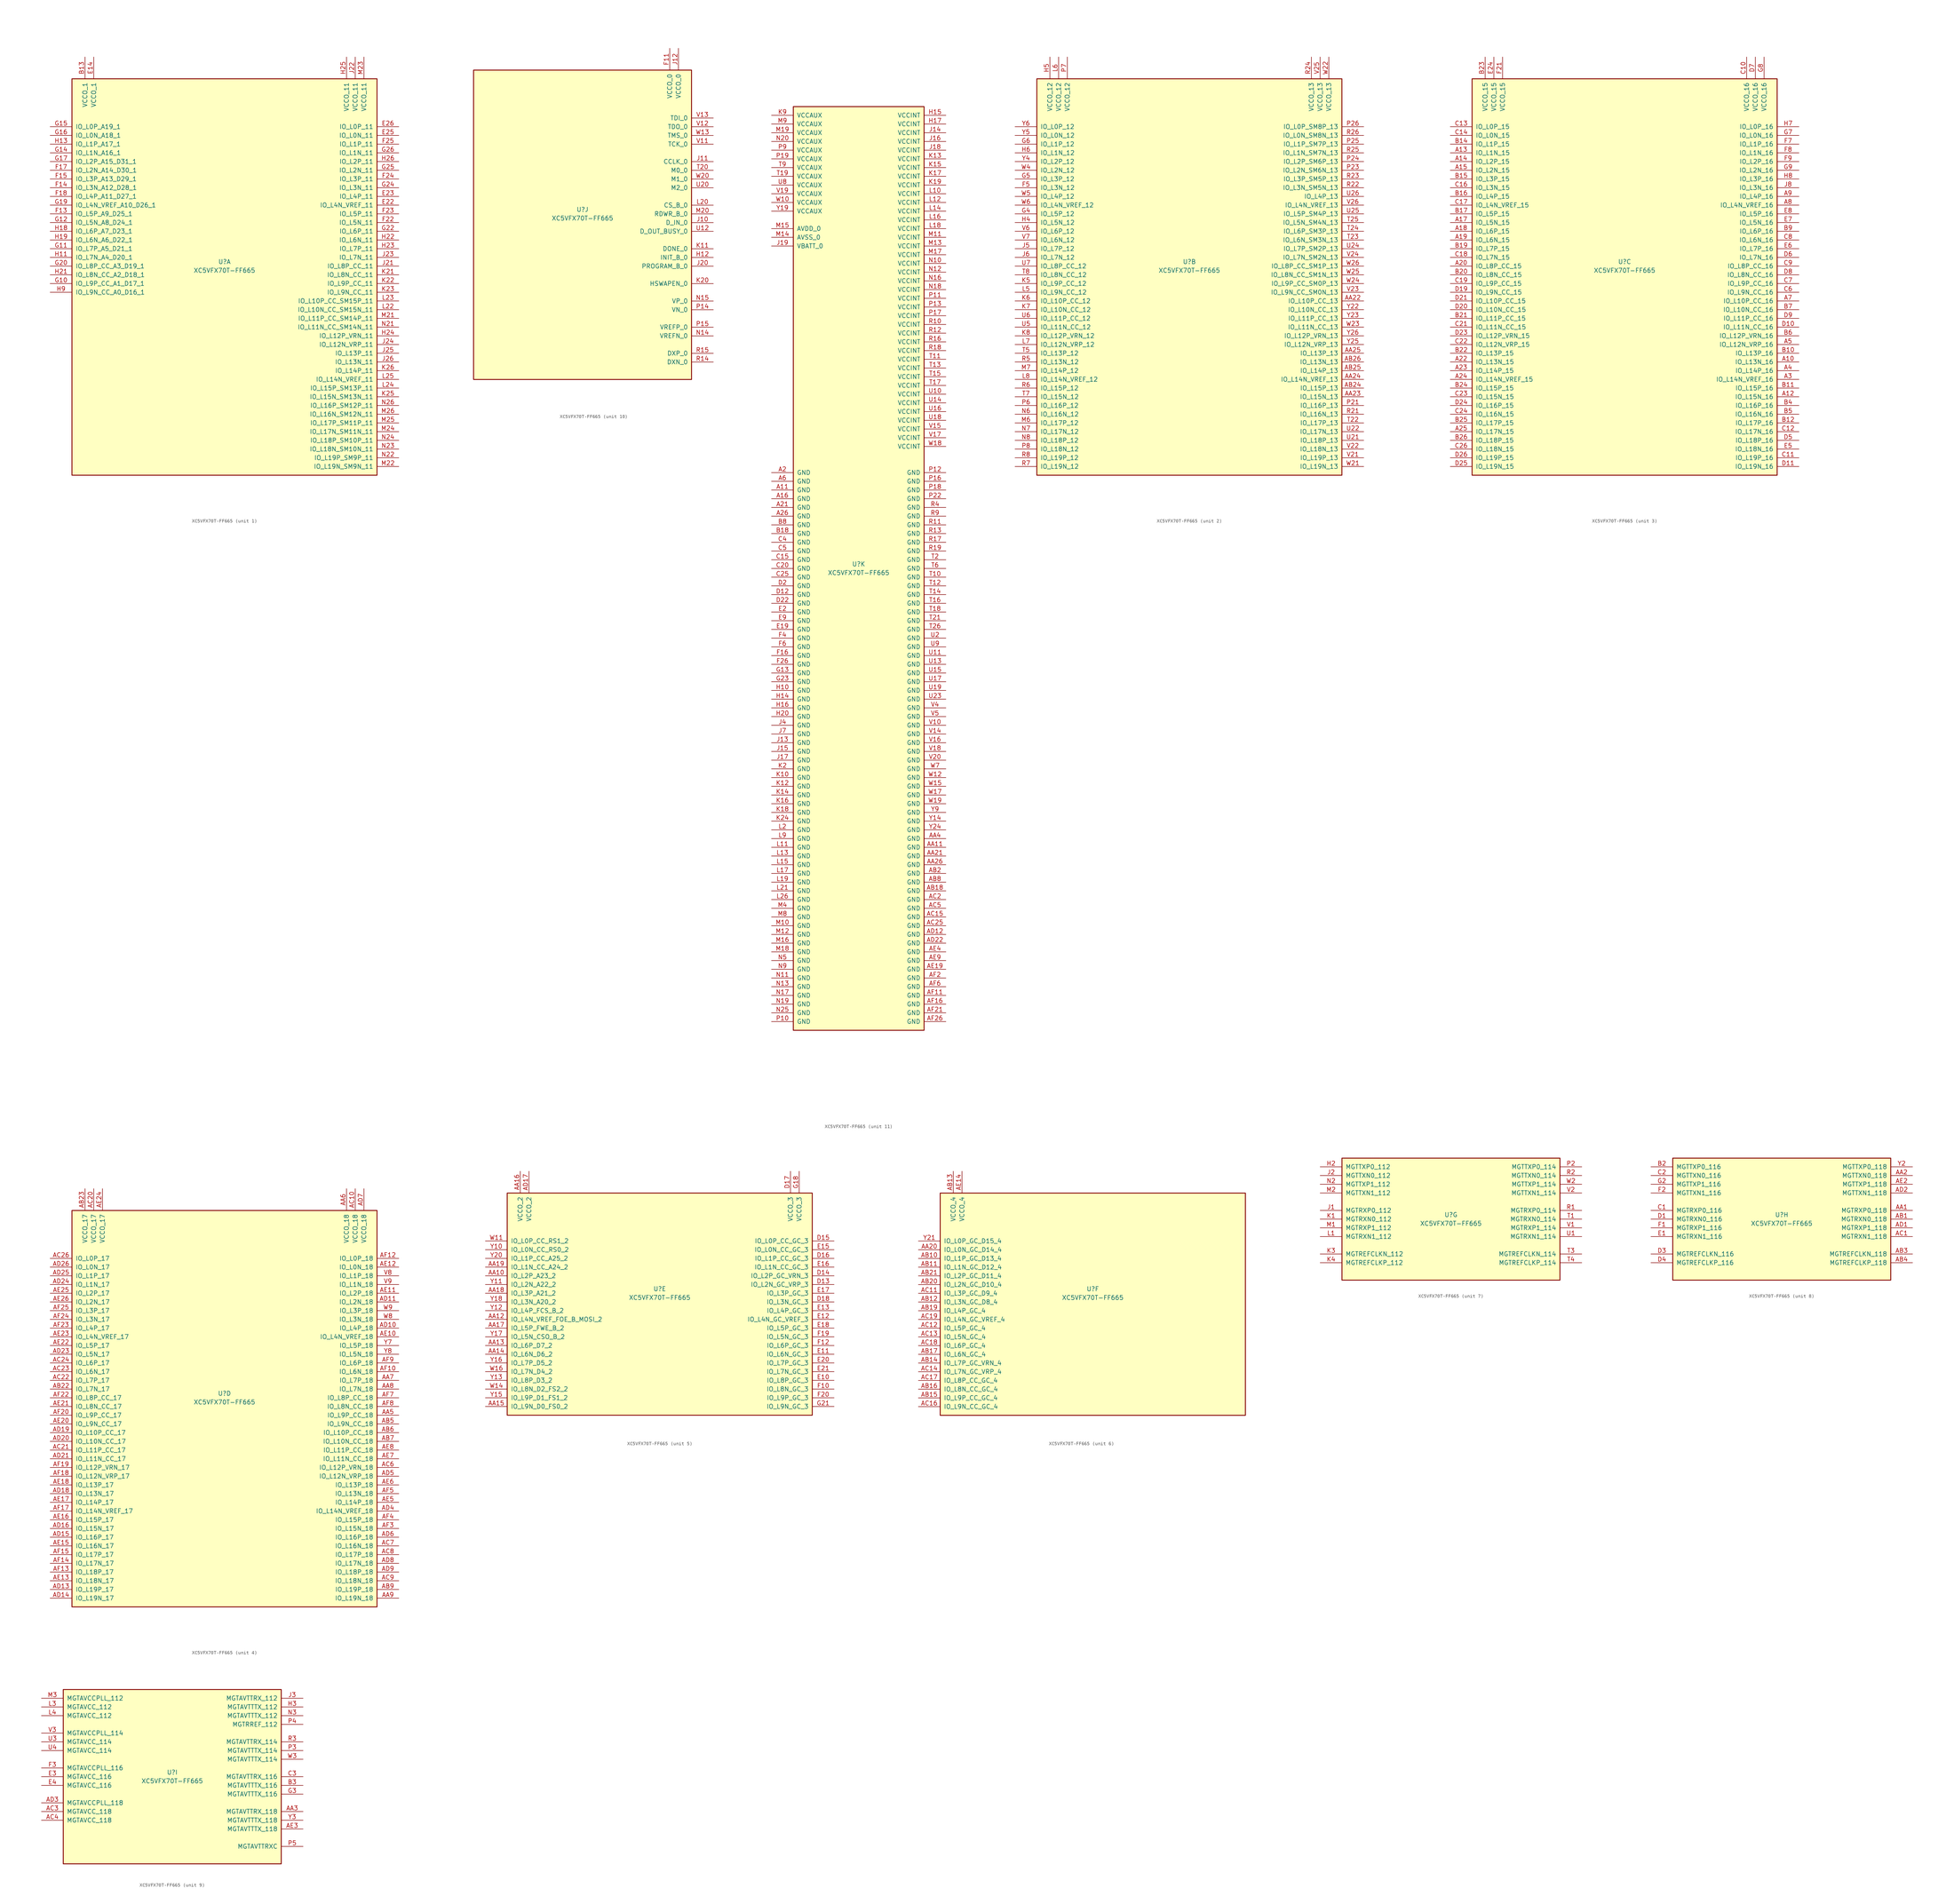
<source format=kicad_sym>
(kicad_symbol_lib
  (version 20211014)
  (generator kicad_symbol_editor)
  (symbol "XC5VFX70T-FF665"
    (pin_names
      (offset 1.016))
    (property "Reference" "U"
      (at 0 1.27 0)
      (effects (font (size 1.27 1.27))))
    (property "Value" "XC5VFX70T-FF665"
      (at 0 -1.27 0)
      (effects (font (size 1.27 1.27))))
    (property "Datasheet" ""
      (at 0 0 0)
      (effects (font (size 1.27 1.27))))
    (property "ki_locked" ""
      (at 0 0 0)
      (effects (font (size 1.27 1.27))))
    (symbol "XC5VFX70T-FF665_1_1"
      (rectangle (start -44.45 54.61) (end 44.45 -60.96) (stroke (width 0.254) (type default) (color 0 0 0 0)) (fill (type background)))
      (pin power_in line (at -40.64 60.96 270) (length 6.35) (name "VCCO_1" (effects (font (size 1.27 1.27)))) (number "B13" (effects (font (size 1.27 1.27)))))
      (pin power_in line (at -38.1 60.96 270) (length 6.35) (name "VCCO_1" (effects (font (size 1.27 1.27)))) (number "E14" (effects (font (size 1.27 1.27)))))
      (pin bidirectional line (at 50.8 17.78 180) (length 6.35) (name "IO_L4N_VREF_11" (effects (font (size 1.27 1.27)))) (number "E22" (effects (font (size 1.27 1.27)))))
      (pin bidirectional line (at 50.8 20.32 180) (length 6.35) (name "IO_L4P_11" (effects (font (size 1.27 1.27)))) (number "E23" (effects (font (size 1.27 1.27)))))
      (pin bidirectional line (at 50.8 38.1 180) (length 6.35) (name "IO_L0N_11" (effects (font (size 1.27 1.27)))) (number "E25" (effects (font (size 1.27 1.27)))))
      (pin bidirectional line (at 50.8 40.64 180) (length 6.35) (name "IO_L0P_11" (effects (font (size 1.27 1.27)))) (number "E26" (effects (font (size 1.27 1.27)))))
      (pin bidirectional line (at -50.8 15.24 0) (length 6.35) (name "IO_L5P_A9_D25_1" (effects (font (size 1.27 1.27)))) (number "F13" (effects (font (size 1.27 1.27)))))
      (pin bidirectional line (at -50.8 22.86 0) (length 6.35) (name "IO_L3N_A12_D28_1" (effects (font (size 1.27 1.27)))) (number "F14" (effects (font (size 1.27 1.27)))))
      (pin bidirectional line (at -50.8 25.4 0) (length 6.35) (name "IO_L3P_A13_D29_1" (effects (font (size 1.27 1.27)))) (number "F15" (effects (font (size 1.27 1.27)))))
      (pin bidirectional line (at -50.8 27.94 0) (length 6.35) (name "IO_L2N_A14_D30_1" (effects (font (size 1.27 1.27)))) (number "F17" (effects (font (size 1.27 1.27)))))
      (pin bidirectional line (at -50.8 20.32 0) (length 6.35) (name "IO_L4P_A11_D27_1" (effects (font (size 1.27 1.27)))) (number "F18" (effects (font (size 1.27 1.27)))))
      (pin bidirectional line (at 50.8 12.7 180) (length 6.35) (name "IO_L5N_11" (effects (font (size 1.27 1.27)))) (number "F22" (effects (font (size 1.27 1.27)))))
      (pin bidirectional line (at 50.8 15.24 180) (length 6.35) (name "IO_L5P_11" (effects (font (size 1.27 1.27)))) (number "F23" (effects (font (size 1.27 1.27)))))
      (pin bidirectional line (at 50.8 25.4 180) (length 6.35) (name "IO_L3P_11" (effects (font (size 1.27 1.27)))) (number "F24" (effects (font (size 1.27 1.27)))))
      (pin bidirectional line (at 50.8 35.56 180) (length 6.35) (name "IO_L1P_11" (effects (font (size 1.27 1.27)))) (number "F25" (effects (font (size 1.27 1.27)))))
      (pin bidirectional line (at -50.8 -5.08 0) (length 6.35) (name "IO_L9P_CC_A1_D17_1" (effects (font (size 1.27 1.27)))) (number "G10" (effects (font (size 1.27 1.27)))))
      (pin bidirectional line (at -50.8 5.08 0) (length 6.35) (name "IO_L7P_A5_D21_1" (effects (font (size 1.27 1.27)))) (number "G11" (effects (font (size 1.27 1.27)))))
      (pin bidirectional line (at -50.8 12.7 0) (length 6.35) (name "IO_L5N_A8_D24_1" (effects (font (size 1.27 1.27)))) (number "G12" (effects (font (size 1.27 1.27)))))
      (pin bidirectional line (at -50.8 33.02 0) (length 6.35) (name "IO_L1N_A16_1" (effects (font (size 1.27 1.27)))) (number "G14" (effects (font (size 1.27 1.27)))))
      (pin bidirectional line (at -50.8 40.64 0) (length 6.35) (name "IO_L0P_A19_1" (effects (font (size 1.27 1.27)))) (number "G15" (effects (font (size 1.27 1.27)))))
      (pin bidirectional line (at -50.8 38.1 0) (length 6.35) (name "IO_L0N_A18_1" (effects (font (size 1.27 1.27)))) (number "G16" (effects (font (size 1.27 1.27)))))
      (pin bidirectional line (at -50.8 30.48 0) (length 6.35) (name "IO_L2P_A15_D31_1" (effects (font (size 1.27 1.27)))) (number "G17" (effects (font (size 1.27 1.27)))))
      (pin bidirectional line (at -50.8 17.78 0) (length 6.35) (name "IO_L4N_VREF_A10_D26_1" (effects (font (size 1.27 1.27)))) (number "G19" (effects (font (size 1.27 1.27)))))
      (pin bidirectional line (at -50.8 0 0) (length 6.35) (name "IO_L8P_CC_A3_D19_1" (effects (font (size 1.27 1.27)))) (number "G20" (effects (font (size 1.27 1.27)))))
      (pin bidirectional line (at 50.8 10.16 180) (length 6.35) (name "IO_L6P_11" (effects (font (size 1.27 1.27)))) (number "G22" (effects (font (size 1.27 1.27)))))
      (pin bidirectional line (at 50.8 22.86 180) (length 6.35) (name "IO_L3N_11" (effects (font (size 1.27 1.27)))) (number "G24" (effects (font (size 1.27 1.27)))))
      (pin bidirectional line (at 50.8 27.94 180) (length 6.35) (name "IO_L2N_11" (effects (font (size 1.27 1.27)))) (number "G25" (effects (font (size 1.27 1.27)))))
      (pin bidirectional line (at 50.8 33.02 180) (length 6.35) (name "IO_L1N_11" (effects (font (size 1.27 1.27)))) (number "G26" (effects (font (size 1.27 1.27)))))
      (pin bidirectional line (at -50.8 2.54 0) (length 6.35) (name "IO_L7N_A4_D20_1" (effects (font (size 1.27 1.27)))) (number "H11" (effects (font (size 1.27 1.27)))))
      (pin bidirectional line (at -50.8 35.56 0) (length 6.35) (name "IO_L1P_A17_1" (effects (font (size 1.27 1.27)))) (number "H13" (effects (font (size 1.27 1.27)))))
      (pin bidirectional line (at -50.8 10.16 0) (length 6.35) (name "IO_L6P_A7_D23_1" (effects (font (size 1.27 1.27)))) (number "H18" (effects (font (size 1.27 1.27)))))
      (pin bidirectional line (at -50.8 7.62 0) (length 6.35) (name "IO_L6N_A6_D22_1" (effects (font (size 1.27 1.27)))) (number "H19" (effects (font (size 1.27 1.27)))))
      (pin bidirectional line (at -50.8 -2.54 0) (length 6.35) (name "IO_L8N_CC_A2_D18_1" (effects (font (size 1.27 1.27)))) (number "H21" (effects (font (size 1.27 1.27)))))
      (pin bidirectional line (at 50.8 7.62 180) (length 6.35) (name "IO_L6N_11" (effects (font (size 1.27 1.27)))) (number "H22" (effects (font (size 1.27 1.27)))))
      (pin bidirectional line (at 50.8 5.08 180) (length 6.35) (name "IO_L7P_11" (effects (font (size 1.27 1.27)))) (number "H23" (effects (font (size 1.27 1.27)))))
      (pin bidirectional line (at 50.8 -20.32 180) (length 6.35) (name "IO_L12P_VRN_11" (effects (font (size 1.27 1.27)))) (number "H24" (effects (font (size 1.27 1.27)))))
      (pin power_in line (at 35.56 60.96 270) (length 6.35) (name "VCCO_11" (effects (font (size 1.27 1.27)))) (number "H25" (effects (font (size 1.27 1.27)))))
      (pin bidirectional line (at 50.8 30.48 180) (length 6.35) (name "IO_L2P_11" (effects (font (size 1.27 1.27)))) (number "H26" (effects (font (size 1.27 1.27)))))
      (pin bidirectional line (at -50.8 -7.62 0) (length 6.35) (name "IO_L9N_CC_A0_D16_1" (effects (font (size 1.27 1.27)))) (number "H9" (effects (font (size 1.27 1.27)))))
      (pin bidirectional line (at 50.8 0 180) (length 6.35) (name "IO_L8P_CC_11" (effects (font (size 1.27 1.27)))) (number "J21" (effects (font (size 1.27 1.27)))))
      (pin power_in line (at 38.1 60.96 270) (length 6.35) (name "VCCO_11" (effects (font (size 1.27 1.27)))) (number "J22" (effects (font (size 1.27 1.27)))))
      (pin bidirectional line (at 50.8 2.54 180) (length 6.35) (name "IO_L7N_11" (effects (font (size 1.27 1.27)))) (number "J23" (effects (font (size 1.27 1.27)))))
      (pin bidirectional line (at 50.8 -22.86 180) (length 6.35) (name "IO_L12N_VRP_11" (effects (font (size 1.27 1.27)))) (number "J24" (effects (font (size 1.27 1.27)))))
      (pin bidirectional line (at 50.8 -25.4 180) (length 6.35) (name "IO_L13P_11" (effects (font (size 1.27 1.27)))) (number "J25" (effects (font (size 1.27 1.27)))))
      (pin bidirectional line (at 50.8 -27.94 180) (length 6.35) (name "IO_L13N_11" (effects (font (size 1.27 1.27)))) (number "J26" (effects (font (size 1.27 1.27)))))
      (pin bidirectional line (at 50.8 -2.54 180) (length 6.35) (name "IO_L8N_CC_11" (effects (font (size 1.27 1.27)))) (number "K21" (effects (font (size 1.27 1.27)))))
      (pin bidirectional line (at 50.8 -5.08 180) (length 6.35) (name "IO_L9P_CC_11" (effects (font (size 1.27 1.27)))) (number "K22" (effects (font (size 1.27 1.27)))))
      (pin bidirectional line (at 50.8 -7.62 180) (length 6.35) (name "IO_L9N_CC_11" (effects (font (size 1.27 1.27)))) (number "K23" (effects (font (size 1.27 1.27)))))
      (pin bidirectional line (at 50.8 -38.1 180) (length 6.35) (name "IO_L15N_SM13N_11" (effects (font (size 1.27 1.27)))) (number "K25" (effects (font (size 1.27 1.27)))))
      (pin bidirectional line (at 50.8 -30.48 180) (length 6.35) (name "IO_L14P_11" (effects (font (size 1.27 1.27)))) (number "K26" (effects (font (size 1.27 1.27)))))
      (pin bidirectional line (at 50.8 -12.7 180) (length 6.35) (name "IO_L10N_CC_SM15N_11" (effects (font (size 1.27 1.27)))) (number "L22" (effects (font (size 1.27 1.27)))))
      (pin bidirectional line (at 50.8 -10.16 180) (length 6.35) (name "IO_L10P_CC_SM15P_11" (effects (font (size 1.27 1.27)))) (number "L23" (effects (font (size 1.27 1.27)))))
      (pin bidirectional line (at 50.8 -35.56 180) (length 6.35) (name "IO_L15P_SM13P_11" (effects (font (size 1.27 1.27)))) (number "L24" (effects (font (size 1.27 1.27)))))
      (pin bidirectional line (at 50.8 -33.02 180) (length 6.35) (name "IO_L14N_VREF_11" (effects (font (size 1.27 1.27)))) (number "L25" (effects (font (size 1.27 1.27)))))
      (pin bidirectional line (at 50.8 -15.24 180) (length 6.35) (name "IO_L11P_CC_SM14P_11" (effects (font (size 1.27 1.27)))) (number "M21" (effects (font (size 1.27 1.27)))))
      (pin bidirectional line (at 50.8 -58.42 180) (length 6.35) (name "IO_L19N_SM9N_11" (effects (font (size 1.27 1.27)))) (number "M22" (effects (font (size 1.27 1.27)))))
      (pin power_in line (at 40.64 60.96 270) (length 6.35) (name "VCCO_11" (effects (font (size 1.27 1.27)))) (number "M23" (effects (font (size 1.27 1.27)))))
      (pin bidirectional line (at 50.8 -48.26 180) (length 6.35) (name "IO_L17N_SM11N_11" (effects (font (size 1.27 1.27)))) (number "M24" (effects (font (size 1.27 1.27)))))
      (pin bidirectional line (at 50.8 -45.72 180) (length 6.35) (name "IO_L17P_SM11P_11" (effects (font (size 1.27 1.27)))) (number "M25" (effects (font (size 1.27 1.27)))))
      (pin bidirectional line (at 50.8 -43.18 180) (length 6.35) (name "IO_L16N_SM12N_11" (effects (font (size 1.27 1.27)))) (number "M26" (effects (font (size 1.27 1.27)))))
      (pin bidirectional line (at 50.8 -17.78 180) (length 6.35) (name "IO_L11N_CC_SM14N_11" (effects (font (size 1.27 1.27)))) (number "N21" (effects (font (size 1.27 1.27)))))
      (pin bidirectional line (at 50.8 -55.88 180) (length 6.35) (name "IO_L19P_SM9P_11" (effects (font (size 1.27 1.27)))) (number "N22" (effects (font (size 1.27 1.27)))))
      (pin bidirectional line (at 50.8 -53.34 180) (length 6.35) (name "IO_L18N_SM10N_11" (effects (font (size 1.27 1.27)))) (number "N23" (effects (font (size 1.27 1.27)))))
      (pin bidirectional line (at 50.8 -50.8 180) (length 6.35) (name "IO_L18P_SM10P_11" (effects (font (size 1.27 1.27)))) (number "N24" (effects (font (size 1.27 1.27)))))
      (pin bidirectional line (at 50.8 -40.64 180) (length 6.35) (name "IO_L16P_SM12P_11" (effects (font (size 1.27 1.27)))) (number "N26" (effects (font (size 1.27 1.27))))))
    (symbol "XC5VFX70T-FF665_2_1"
      (rectangle (start -44.45 54.61) (end 44.45 -60.96) (stroke (width 0.254) (type default) (color 0 0 0 0)) (fill (type background)))
      (pin bidirectional line (at 50.8 -10.16 180) (length 6.35) (name "IO_L10P_CC_13" (effects (font (size 1.27 1.27)))) (number "AA22" (effects (font (size 1.27 1.27)))))
      (pin bidirectional line (at 50.8 -38.1 180) (length 6.35) (name "IO_L15N_13" (effects (font (size 1.27 1.27)))) (number "AA23" (effects (font (size 1.27 1.27)))))
      (pin bidirectional line (at 50.8 -33.02 180) (length 6.35) (name "IO_L14N_VREF_13" (effects (font (size 1.27 1.27)))) (number "AA24" (effects (font (size 1.27 1.27)))))
      (pin bidirectional line (at 50.8 -25.4 180) (length 6.35) (name "IO_L13P_13" (effects (font (size 1.27 1.27)))) (number "AA25" (effects (font (size 1.27 1.27)))))
      (pin bidirectional line (at 50.8 -35.56 180) (length 6.35) (name "IO_L15P_13" (effects (font (size 1.27 1.27)))) (number "AB24" (effects (font (size 1.27 1.27)))))
      (pin bidirectional line (at 50.8 -30.48 180) (length 6.35) (name "IO_L14P_13" (effects (font (size 1.27 1.27)))) (number "AB25" (effects (font (size 1.27 1.27)))))
      (pin bidirectional line (at 50.8 -27.94 180) (length 6.35) (name "IO_L13N_13" (effects (font (size 1.27 1.27)))) (number "AB26" (effects (font (size 1.27 1.27)))))
      (pin bidirectional line (at -50.8 22.86 0) (length 6.35) (name "IO_L3N_12" (effects (font (size 1.27 1.27)))) (number "F5" (effects (font (size 1.27 1.27)))))
      (pin bidirectional line (at -50.8 15.24 0) (length 6.35) (name "IO_L5P_12" (effects (font (size 1.27 1.27)))) (number "G4" (effects (font (size 1.27 1.27)))))
      (pin bidirectional line (at -50.8 25.4 0) (length 6.35) (name "IO_L3P_12" (effects (font (size 1.27 1.27)))) (number "G5" (effects (font (size 1.27 1.27)))))
      (pin bidirectional line (at -50.8 35.56 0) (length 6.35) (name "IO_L1P_12" (effects (font (size 1.27 1.27)))) (number "G6" (effects (font (size 1.27 1.27)))))
      (pin bidirectional line (at -50.8 12.7 0) (length 6.35) (name "IO_L5N_12" (effects (font (size 1.27 1.27)))) (number "H4" (effects (font (size 1.27 1.27)))))
      (pin power_in line (at -40.64 60.96 270) (length 6.35) (name "VCCO_12" (effects (font (size 1.27 1.27)))) (number "H5" (effects (font (size 1.27 1.27)))))
      (pin bidirectional line (at -50.8 33.02 0) (length 6.35) (name "IO_L1N_12" (effects (font (size 1.27 1.27)))) (number "H6" (effects (font (size 1.27 1.27)))))
      (pin bidirectional line (at -50.8 5.08 0) (length 6.35) (name "IO_L7P_12" (effects (font (size 1.27 1.27)))) (number "J5" (effects (font (size 1.27 1.27)))))
      (pin bidirectional line (at -50.8 2.54 0) (length 6.35) (name "IO_L7N_12" (effects (font (size 1.27 1.27)))) (number "J6" (effects (font (size 1.27 1.27)))))
      (pin bidirectional line (at -50.8 -5.08 0) (length 6.35) (name "IO_L9P_CC_12" (effects (font (size 1.27 1.27)))) (number "K5" (effects (font (size 1.27 1.27)))))
      (pin bidirectional line (at -50.8 -10.16 0) (length 6.35) (name "IO_L10P_CC_12" (effects (font (size 1.27 1.27)))) (number "K6" (effects (font (size 1.27 1.27)))))
      (pin bidirectional line (at -50.8 -12.7 0) (length 6.35) (name "IO_L10N_CC_12" (effects (font (size 1.27 1.27)))) (number "K7" (effects (font (size 1.27 1.27)))))
      (pin bidirectional line (at -50.8 -20.32 0) (length 6.35) (name "IO_L12P_VRN_12" (effects (font (size 1.27 1.27)))) (number "K8" (effects (font (size 1.27 1.27)))))
      (pin bidirectional line (at -50.8 -7.62 0) (length 6.35) (name "IO_L9N_CC_12" (effects (font (size 1.27 1.27)))) (number "L5" (effects (font (size 1.27 1.27)))))
      (pin power_in line (at -38.1 60.96 270) (length 6.35) (name "VCCO_12" (effects (font (size 1.27 1.27)))) (number "L6" (effects (font (size 1.27 1.27)))))
      (pin bidirectional line (at -50.8 -22.86 0) (length 6.35) (name "IO_L12N_VRP_12" (effects (font (size 1.27 1.27)))) (number "L7" (effects (font (size 1.27 1.27)))))
      (pin bidirectional line (at -50.8 -33.02 0) (length 6.35) (name "IO_L14N_VREF_12" (effects (font (size 1.27 1.27)))) (number "L8" (effects (font (size 1.27 1.27)))))
      (pin bidirectional line (at -50.8 -45.72 0) (length 6.35) (name "IO_L17P_12" (effects (font (size 1.27 1.27)))) (number "M6" (effects (font (size 1.27 1.27)))))
      (pin bidirectional line (at -50.8 -30.48 0) (length 6.35) (name "IO_L14P_12" (effects (font (size 1.27 1.27)))) (number "M7" (effects (font (size 1.27 1.27)))))
      (pin bidirectional line (at -50.8 -43.18 0) (length 6.35) (name "IO_L16N_12" (effects (font (size 1.27 1.27)))) (number "N6" (effects (font (size 1.27 1.27)))))
      (pin bidirectional line (at -50.8 -48.26 0) (length 6.35) (name "IO_L17N_12" (effects (font (size 1.27 1.27)))) (number "N7" (effects (font (size 1.27 1.27)))))
      (pin bidirectional line (at -50.8 -50.8 0) (length 6.35) (name "IO_L18P_12" (effects (font (size 1.27 1.27)))) (number "N8" (effects (font (size 1.27 1.27)))))
      (pin bidirectional line (at 50.8 -40.64 180) (length 6.35) (name "IO_L16P_13" (effects (font (size 1.27 1.27)))) (number "P21" (effects (font (size 1.27 1.27)))))
      (pin bidirectional line (at 50.8 27.94 180) (length 6.35) (name "IO_L2N_SM6N_13" (effects (font (size 1.27 1.27)))) (number "P23" (effects (font (size 1.27 1.27)))))
      (pin bidirectional line (at 50.8 30.48 180) (length 6.35) (name "IO_L2P_SM6P_13" (effects (font (size 1.27 1.27)))) (number "P24" (effects (font (size 1.27 1.27)))))
      (pin bidirectional line (at 50.8 35.56 180) (length 6.35) (name "IO_L1P_SM7P_13" (effects (font (size 1.27 1.27)))) (number "P25" (effects (font (size 1.27 1.27)))))
      (pin bidirectional line (at 50.8 40.64 180) (length 6.35) (name "IO_L0P_SM8P_13" (effects (font (size 1.27 1.27)))) (number "P26" (effects (font (size 1.27 1.27)))))
      (pin bidirectional line (at -50.8 -40.64 0) (length 6.35) (name "IO_L16P_12" (effects (font (size 1.27 1.27)))) (number "P6" (effects (font (size 1.27 1.27)))))
      (pin power_in line (at -35.56 60.96 270) (length 6.35) (name "VCCO_12" (effects (font (size 1.27 1.27)))) (number "P7" (effects (font (size 1.27 1.27)))))
      (pin bidirectional line (at -50.8 -53.34 0) (length 6.35) (name "IO_L18N_12" (effects (font (size 1.27 1.27)))) (number "P8" (effects (font (size 1.27 1.27)))))
      (pin bidirectional line (at 50.8 -43.18 180) (length 6.35) (name "IO_L16N_13" (effects (font (size 1.27 1.27)))) (number "R21" (effects (font (size 1.27 1.27)))))
      (pin bidirectional line (at 50.8 22.86 180) (length 6.35) (name "IO_L3N_SM5N_13" (effects (font (size 1.27 1.27)))) (number "R22" (effects (font (size 1.27 1.27)))))
      (pin bidirectional line (at 50.8 25.4 180) (length 6.35) (name "IO_L3P_SM5P_13" (effects (font (size 1.27 1.27)))) (number "R23" (effects (font (size 1.27 1.27)))))
      (pin power_in line (at 35.56 60.96 270) (length 6.35) (name "VCCO_13" (effects (font (size 1.27 1.27)))) (number "R24" (effects (font (size 1.27 1.27)))))
      (pin bidirectional line (at 50.8 33.02 180) (length 6.35) (name "IO_L1N_SM7N_13" (effects (font (size 1.27 1.27)))) (number "R25" (effects (font (size 1.27 1.27)))))
      (pin bidirectional line (at 50.8 38.1 180) (length 6.35) (name "IO_L0N_SM8N_13" (effects (font (size 1.27 1.27)))) (number "R26" (effects (font (size 1.27 1.27)))))
      (pin bidirectional line (at -50.8 -27.94 0) (length 6.35) (name "IO_L13N_12" (effects (font (size 1.27 1.27)))) (number "R5" (effects (font (size 1.27 1.27)))))
      (pin bidirectional line (at -50.8 -35.56 0) (length 6.35) (name "IO_L15P_12" (effects (font (size 1.27 1.27)))) (number "R6" (effects (font (size 1.27 1.27)))))
      (pin bidirectional line (at -50.8 -58.42 0) (length 6.35) (name "IO_L19N_12" (effects (font (size 1.27 1.27)))) (number "R7" (effects (font (size 1.27 1.27)))))
      (pin bidirectional line (at -50.8 -55.88 0) (length 6.35) (name "IO_L19P_12" (effects (font (size 1.27 1.27)))) (number "R8" (effects (font (size 1.27 1.27)))))
      (pin bidirectional line (at 50.8 -45.72 180) (length 6.35) (name "IO_L17P_13" (effects (font (size 1.27 1.27)))) (number "T22" (effects (font (size 1.27 1.27)))))
      (pin bidirectional line (at 50.8 7.62 180) (length 6.35) (name "IO_L6N_SM3N_13" (effects (font (size 1.27 1.27)))) (number "T23" (effects (font (size 1.27 1.27)))))
      (pin bidirectional line (at 50.8 10.16 180) (length 6.35) (name "IO_L6P_SM3P_13" (effects (font (size 1.27 1.27)))) (number "T24" (effects (font (size 1.27 1.27)))))
      (pin bidirectional line (at 50.8 12.7 180) (length 6.35) (name "IO_L5N_SM4N_13" (effects (font (size 1.27 1.27)))) (number "T25" (effects (font (size 1.27 1.27)))))
      (pin bidirectional line (at -50.8 -25.4 0) (length 6.35) (name "IO_L13P_12" (effects (font (size 1.27 1.27)))) (number "T5" (effects (font (size 1.27 1.27)))))
      (pin bidirectional line (at -50.8 -38.1 0) (length 6.35) (name "IO_L15N_12" (effects (font (size 1.27 1.27)))) (number "T7" (effects (font (size 1.27 1.27)))))
      (pin bidirectional line (at -50.8 -2.54 0) (length 6.35) (name "IO_L8N_CC_12" (effects (font (size 1.27 1.27)))) (number "T8" (effects (font (size 1.27 1.27)))))
      (pin bidirectional line (at 50.8 -50.8 180) (length 6.35) (name "IO_L18P_13" (effects (font (size 1.27 1.27)))) (number "U21" (effects (font (size 1.27 1.27)))))
      (pin bidirectional line (at 50.8 -48.26 180) (length 6.35) (name "IO_L17N_13" (effects (font (size 1.27 1.27)))) (number "U22" (effects (font (size 1.27 1.27)))))
      (pin bidirectional line (at 50.8 5.08 180) (length 6.35) (name "IO_L7P_SM2P_13" (effects (font (size 1.27 1.27)))) (number "U24" (effects (font (size 1.27 1.27)))))
      (pin bidirectional line (at 50.8 15.24 180) (length 6.35) (name "IO_L5P_SM4P_13" (effects (font (size 1.27 1.27)))) (number "U25" (effects (font (size 1.27 1.27)))))
      (pin bidirectional line (at 50.8 20.32 180) (length 6.35) (name "IO_L4P_13" (effects (font (size 1.27 1.27)))) (number "U26" (effects (font (size 1.27 1.27)))))
      (pin bidirectional line (at -50.8 -17.78 0) (length 6.35) (name "IO_L11N_CC_12" (effects (font (size 1.27 1.27)))) (number "U5" (effects (font (size 1.27 1.27)))))
      (pin bidirectional line (at -50.8 -15.24 0) (length 6.35) (name "IO_L11P_CC_12" (effects (font (size 1.27 1.27)))) (number "U6" (effects (font (size 1.27 1.27)))))
      (pin bidirectional line (at -50.8 0 0) (length 6.35) (name "IO_L8P_CC_12" (effects (font (size 1.27 1.27)))) (number "U7" (effects (font (size 1.27 1.27)))))
      (pin bidirectional line (at 50.8 -55.88 180) (length 6.35) (name "IO_L19P_13" (effects (font (size 1.27 1.27)))) (number "V21" (effects (font (size 1.27 1.27)))))
      (pin bidirectional line (at 50.8 -53.34 180) (length 6.35) (name "IO_L18N_13" (effects (font (size 1.27 1.27)))) (number "V22" (effects (font (size 1.27 1.27)))))
      (pin bidirectional line (at 50.8 -7.62 180) (length 6.35) (name "IO_L9N_CC_SM0N_13" (effects (font (size 1.27 1.27)))) (number "V23" (effects (font (size 1.27 1.27)))))
      (pin bidirectional line (at 50.8 2.54 180) (length 6.35) (name "IO_L7N_SM2N_13" (effects (font (size 1.27 1.27)))) (number "V24" (effects (font (size 1.27 1.27)))))
      (pin power_in line (at 38.1 60.96 270) (length 6.35) (name "VCCO_13" (effects (font (size 1.27 1.27)))) (number "V25" (effects (font (size 1.27 1.27)))))
      (pin bidirectional line (at 50.8 17.78 180) (length 6.35) (name "IO_L4N_VREF_13" (effects (font (size 1.27 1.27)))) (number "V26" (effects (font (size 1.27 1.27)))))
      (pin bidirectional line (at -50.8 10.16 0) (length 6.35) (name "IO_L6P_12" (effects (font (size 1.27 1.27)))) (number "V6" (effects (font (size 1.27 1.27)))))
      (pin bidirectional line (at -50.8 7.62 0) (length 6.35) (name "IO_L6N_12" (effects (font (size 1.27 1.27)))) (number "V7" (effects (font (size 1.27 1.27)))))
      (pin bidirectional line (at 50.8 -58.42 180) (length 6.35) (name "IO_L19N_13" (effects (font (size 1.27 1.27)))) (number "W21" (effects (font (size 1.27 1.27)))))
      (pin power_in line (at 40.64 60.96 270) (length 6.35) (name "VCCO_13" (effects (font (size 1.27 1.27)))) (number "W22" (effects (font (size 1.27 1.27)))))
      (pin bidirectional line (at 50.8 -17.78 180) (length 6.35) (name "IO_L11N_CC_13" (effects (font (size 1.27 1.27)))) (number "W23" (effects (font (size 1.27 1.27)))))
      (pin bidirectional line (at 50.8 -5.08 180) (length 6.35) (name "IO_L9P_CC_SM0P_13" (effects (font (size 1.27 1.27)))) (number "W24" (effects (font (size 1.27 1.27)))))
      (pin bidirectional line (at 50.8 -2.54 180) (length 6.35) (name "IO_L8N_CC_SM1N_13" (effects (font (size 1.27 1.27)))) (number "W25" (effects (font (size 1.27 1.27)))))
      (pin bidirectional line (at 50.8 0 180) (length 6.35) (name "IO_L8P_CC_SM1P_13" (effects (font (size 1.27 1.27)))) (number "W26" (effects (font (size 1.27 1.27)))))
      (pin bidirectional line (at -50.8 27.94 0) (length 6.35) (name "IO_L2N_12" (effects (font (size 1.27 1.27)))) (number "W4" (effects (font (size 1.27 1.27)))))
      (pin bidirectional line (at -50.8 20.32 0) (length 6.35) (name "IO_L4P_12" (effects (font (size 1.27 1.27)))) (number "W5" (effects (font (size 1.27 1.27)))))
      (pin bidirectional line (at -50.8 17.78 0) (length 6.35) (name "IO_L4N_VREF_12" (effects (font (size 1.27 1.27)))) (number "W6" (effects (font (size 1.27 1.27)))))
      (pin bidirectional line (at 50.8 -12.7 180) (length 6.35) (name "IO_L10N_CC_13" (effects (font (size 1.27 1.27)))) (number "Y22" (effects (font (size 1.27 1.27)))))
      (pin bidirectional line (at 50.8 -15.24 180) (length 6.35) (name "IO_L11P_CC_13" (effects (font (size 1.27 1.27)))) (number "Y23" (effects (font (size 1.27 1.27)))))
      (pin bidirectional line (at 50.8 -22.86 180) (length 6.35) (name "IO_L12N_VRP_13" (effects (font (size 1.27 1.27)))) (number "Y25" (effects (font (size 1.27 1.27)))))
      (pin bidirectional line (at 50.8 -20.32 180) (length 6.35) (name "IO_L12P_VRN_13" (effects (font (size 1.27 1.27)))) (number "Y26" (effects (font (size 1.27 1.27)))))
      (pin bidirectional line (at -50.8 30.48 0) (length 6.35) (name "IO_L2P_12" (effects (font (size 1.27 1.27)))) (number "Y4" (effects (font (size 1.27 1.27)))))
      (pin bidirectional line (at -50.8 38.1 0) (length 6.35) (name "IO_L0N_12" (effects (font (size 1.27 1.27)))) (number "Y5" (effects (font (size 1.27 1.27)))))
      (pin bidirectional line (at -50.8 40.64 0) (length 6.35) (name "IO_L0P_12" (effects (font (size 1.27 1.27)))) (number "Y6" (effects (font (size 1.27 1.27))))))
    (symbol "XC5VFX70T-FF665_3_1"
      (rectangle (start -44.45 54.61) (end 44.45 -60.96) (stroke (width 0.254) (type default) (color 0 0 0 0)) (fill (type background)))
      (pin bidirectional line (at 50.8 -27.94 180) (length 6.35) (name "IO_L13N_16" (effects (font (size 1.27 1.27)))) (number "A10" (effects (font (size 1.27 1.27)))))
      (pin bidirectional line (at 50.8 -38.1 180) (length 6.35) (name "IO_L15N_16" (effects (font (size 1.27 1.27)))) (number "A12" (effects (font (size 1.27 1.27)))))
      (pin bidirectional line (at -50.8 33.02 0) (length 6.35) (name "IO_L1N_15" (effects (font (size 1.27 1.27)))) (number "A13" (effects (font (size 1.27 1.27)))))
      (pin bidirectional line (at -50.8 30.48 0) (length 6.35) (name "IO_L2P_15" (effects (font (size 1.27 1.27)))) (number "A14" (effects (font (size 1.27 1.27)))))
      (pin bidirectional line (at -50.8 27.94 0) (length 6.35) (name "IO_L2N_15" (effects (font (size 1.27 1.27)))) (number "A15" (effects (font (size 1.27 1.27)))))
      (pin bidirectional line (at -50.8 12.7 0) (length 6.35) (name "IO_L5N_15" (effects (font (size 1.27 1.27)))) (number "A17" (effects (font (size 1.27 1.27)))))
      (pin bidirectional line (at -50.8 10.16 0) (length 6.35) (name "IO_L6P_15" (effects (font (size 1.27 1.27)))) (number "A18" (effects (font (size 1.27 1.27)))))
      (pin bidirectional line (at -50.8 7.62 0) (length 6.35) (name "IO_L6N_15" (effects (font (size 1.27 1.27)))) (number "A19" (effects (font (size 1.27 1.27)))))
      (pin bidirectional line (at -50.8 0 0) (length 6.35) (name "IO_L8P_CC_15" (effects (font (size 1.27 1.27)))) (number "A20" (effects (font (size 1.27 1.27)))))
      (pin bidirectional line (at -50.8 -27.94 0) (length 6.35) (name "IO_L13N_15" (effects (font (size 1.27 1.27)))) (number "A22" (effects (font (size 1.27 1.27)))))
      (pin bidirectional line (at -50.8 -30.48 0) (length 6.35) (name "IO_L14P_15" (effects (font (size 1.27 1.27)))) (number "A23" (effects (font (size 1.27 1.27)))))
      (pin bidirectional line (at -50.8 -33.02 0) (length 6.35) (name "IO_L14N_VREF_15" (effects (font (size 1.27 1.27)))) (number "A24" (effects (font (size 1.27 1.27)))))
      (pin bidirectional line (at -50.8 -48.26 0) (length 6.35) (name "IO_L17N_15" (effects (font (size 1.27 1.27)))) (number "A25" (effects (font (size 1.27 1.27)))))
      (pin bidirectional line (at 50.8 -33.02 180) (length 6.35) (name "IO_L14N_VREF_16" (effects (font (size 1.27 1.27)))) (number "A3" (effects (font (size 1.27 1.27)))))
      (pin bidirectional line (at 50.8 -30.48 180) (length 6.35) (name "IO_L14P_16" (effects (font (size 1.27 1.27)))) (number "A4" (effects (font (size 1.27 1.27)))))
      (pin bidirectional line (at 50.8 -22.86 180) (length 6.35) (name "IO_L12N_VRP_16" (effects (font (size 1.27 1.27)))) (number "A5" (effects (font (size 1.27 1.27)))))
      (pin bidirectional line (at 50.8 -10.16 180) (length 6.35) (name "IO_L10P_CC_16" (effects (font (size 1.27 1.27)))) (number "A7" (effects (font (size 1.27 1.27)))))
      (pin bidirectional line (at 50.8 17.78 180) (length 6.35) (name "IO_L4N_VREF_16" (effects (font (size 1.27 1.27)))) (number "A8" (effects (font (size 1.27 1.27)))))
      (pin bidirectional line (at 50.8 20.32 180) (length 6.35) (name "IO_L4P_16" (effects (font (size 1.27 1.27)))) (number "A9" (effects (font (size 1.27 1.27)))))
      (pin bidirectional line (at 50.8 -25.4 180) (length 6.35) (name "IO_L13P_16" (effects (font (size 1.27 1.27)))) (number "B10" (effects (font (size 1.27 1.27)))))
      (pin bidirectional line (at 50.8 -35.56 180) (length 6.35) (name "IO_L15P_16" (effects (font (size 1.27 1.27)))) (number "B11" (effects (font (size 1.27 1.27)))))
      (pin bidirectional line (at 50.8 -45.72 180) (length 6.35) (name "IO_L17P_16" (effects (font (size 1.27 1.27)))) (number "B12" (effects (font (size 1.27 1.27)))))
      (pin bidirectional line (at -50.8 35.56 0) (length 6.35) (name "IO_L1P_15" (effects (font (size 1.27 1.27)))) (number "B14" (effects (font (size 1.27 1.27)))))
      (pin bidirectional line (at -50.8 25.4 0) (length 6.35) (name "IO_L3P_15" (effects (font (size 1.27 1.27)))) (number "B15" (effects (font (size 1.27 1.27)))))
      (pin bidirectional line (at -50.8 20.32 0) (length 6.35) (name "IO_L4P_15" (effects (font (size 1.27 1.27)))) (number "B16" (effects (font (size 1.27 1.27)))))
      (pin bidirectional line (at -50.8 15.24 0) (length 6.35) (name "IO_L5P_15" (effects (font (size 1.27 1.27)))) (number "B17" (effects (font (size 1.27 1.27)))))
      (pin bidirectional line (at -50.8 5.08 0) (length 6.35) (name "IO_L7P_15" (effects (font (size 1.27 1.27)))) (number "B19" (effects (font (size 1.27 1.27)))))
      (pin bidirectional line (at -50.8 -2.54 0) (length 6.35) (name "IO_L8N_CC_15" (effects (font (size 1.27 1.27)))) (number "B20" (effects (font (size 1.27 1.27)))))
      (pin bidirectional line (at -50.8 -15.24 0) (length 6.35) (name "IO_L11P_CC_15" (effects (font (size 1.27 1.27)))) (number "B21" (effects (font (size 1.27 1.27)))))
      (pin bidirectional line (at -50.8 -25.4 0) (length 6.35) (name "IO_L13P_15" (effects (font (size 1.27 1.27)))) (number "B22" (effects (font (size 1.27 1.27)))))
      (pin power_in line (at -40.64 60.96 270) (length 6.35) (name "VCCO_15" (effects (font (size 1.27 1.27)))) (number "B23" (effects (font (size 1.27 1.27)))))
      (pin bidirectional line (at -50.8 -35.56 0) (length 6.35) (name "IO_L15P_15" (effects (font (size 1.27 1.27)))) (number "B24" (effects (font (size 1.27 1.27)))))
      (pin bidirectional line (at -50.8 -45.72 0) (length 6.35) (name "IO_L17P_15" (effects (font (size 1.27 1.27)))) (number "B25" (effects (font (size 1.27 1.27)))))
      (pin bidirectional line (at -50.8 -50.8 0) (length 6.35) (name "IO_L18P_15" (effects (font (size 1.27 1.27)))) (number "B26" (effects (font (size 1.27 1.27)))))
      (pin bidirectional line (at 50.8 -40.64 180) (length 6.35) (name "IO_L16P_16" (effects (font (size 1.27 1.27)))) (number "B4" (effects (font (size 1.27 1.27)))))
      (pin bidirectional line (at 50.8 -43.18 180) (length 6.35) (name "IO_L16N_16" (effects (font (size 1.27 1.27)))) (number "B5" (effects (font (size 1.27 1.27)))))
      (pin bidirectional line (at 50.8 -20.32 180) (length 6.35) (name "IO_L12P_VRN_16" (effects (font (size 1.27 1.27)))) (number "B6" (effects (font (size 1.27 1.27)))))
      (pin bidirectional line (at 50.8 -12.7 180) (length 6.35) (name "IO_L10N_CC_16" (effects (font (size 1.27 1.27)))) (number "B7" (effects (font (size 1.27 1.27)))))
      (pin bidirectional line (at 50.8 10.16 180) (length 6.35) (name "IO_L6P_16" (effects (font (size 1.27 1.27)))) (number "B9" (effects (font (size 1.27 1.27)))))
      (pin power_in line (at 35.56 60.96 270) (length 6.35) (name "VCCO_16" (effects (font (size 1.27 1.27)))) (number "C10" (effects (font (size 1.27 1.27)))))
      (pin bidirectional line (at 50.8 -55.88 180) (length 6.35) (name "IO_L19P_16" (effects (font (size 1.27 1.27)))) (number "C11" (effects (font (size 1.27 1.27)))))
      (pin bidirectional line (at 50.8 -48.26 180) (length 6.35) (name "IO_L17N_16" (effects (font (size 1.27 1.27)))) (number "C12" (effects (font (size 1.27 1.27)))))
      (pin bidirectional line (at -50.8 40.64 0) (length 6.35) (name "IO_L0P_15" (effects (font (size 1.27 1.27)))) (number "C13" (effects (font (size 1.27 1.27)))))
      (pin bidirectional line (at -50.8 38.1 0) (length 6.35) (name "IO_L0N_15" (effects (font (size 1.27 1.27)))) (number "C14" (effects (font (size 1.27 1.27)))))
      (pin bidirectional line (at -50.8 22.86 0) (length 6.35) (name "IO_L3N_15" (effects (font (size 1.27 1.27)))) (number "C16" (effects (font (size 1.27 1.27)))))
      (pin bidirectional line (at -50.8 17.78 0) (length 6.35) (name "IO_L4N_VREF_15" (effects (font (size 1.27 1.27)))) (number "C17" (effects (font (size 1.27 1.27)))))
      (pin bidirectional line (at -50.8 2.54 0) (length 6.35) (name "IO_L7N_15" (effects (font (size 1.27 1.27)))) (number "C18" (effects (font (size 1.27 1.27)))))
      (pin bidirectional line (at -50.8 -5.08 0) (length 6.35) (name "IO_L9P_CC_15" (effects (font (size 1.27 1.27)))) (number "C19" (effects (font (size 1.27 1.27)))))
      (pin bidirectional line (at -50.8 -17.78 0) (length 6.35) (name "IO_L11N_CC_15" (effects (font (size 1.27 1.27)))) (number "C21" (effects (font (size 1.27 1.27)))))
      (pin bidirectional line (at -50.8 -22.86 0) (length 6.35) (name "IO_L12N_VRP_15" (effects (font (size 1.27 1.27)))) (number "C22" (effects (font (size 1.27 1.27)))))
      (pin bidirectional line (at -50.8 -38.1 0) (length 6.35) (name "IO_L15N_15" (effects (font (size 1.27 1.27)))) (number "C23" (effects (font (size 1.27 1.27)))))
      (pin bidirectional line (at -50.8 -43.18 0) (length 6.35) (name "IO_L16N_15" (effects (font (size 1.27 1.27)))) (number "C24" (effects (font (size 1.27 1.27)))))
      (pin bidirectional line (at -50.8 -53.34 0) (length 6.35) (name "IO_L18N_15" (effects (font (size 1.27 1.27)))) (number "C26" (effects (font (size 1.27 1.27)))))
      (pin bidirectional line (at 50.8 -7.62 180) (length 6.35) (name "IO_L9N_CC_16" (effects (font (size 1.27 1.27)))) (number "C6" (effects (font (size 1.27 1.27)))))
      (pin bidirectional line (at 50.8 -5.08 180) (length 6.35) (name "IO_L9P_CC_16" (effects (font (size 1.27 1.27)))) (number "C7" (effects (font (size 1.27 1.27)))))
      (pin bidirectional line (at 50.8 7.62 180) (length 6.35) (name "IO_L6N_16" (effects (font (size 1.27 1.27)))) (number "C8" (effects (font (size 1.27 1.27)))))
      (pin bidirectional line (at 50.8 0 180) (length 6.35) (name "IO_L8P_CC_16" (effects (font (size 1.27 1.27)))) (number "C9" (effects (font (size 1.27 1.27)))))
      (pin bidirectional line (at 50.8 -17.78 180) (length 6.35) (name "IO_L11N_CC_16" (effects (font (size 1.27 1.27)))) (number "D10" (effects (font (size 1.27 1.27)))))
      (pin bidirectional line (at 50.8 -58.42 180) (length 6.35) (name "IO_L19N_16" (effects (font (size 1.27 1.27)))) (number "D11" (effects (font (size 1.27 1.27)))))
      (pin bidirectional line (at -50.8 -7.62 0) (length 6.35) (name "IO_L9N_CC_15" (effects (font (size 1.27 1.27)))) (number "D19" (effects (font (size 1.27 1.27)))))
      (pin bidirectional line (at -50.8 -12.7 0) (length 6.35) (name "IO_L10N_CC_15" (effects (font (size 1.27 1.27)))) (number "D20" (effects (font (size 1.27 1.27)))))
      (pin bidirectional line (at -50.8 -10.16 0) (length 6.35) (name "IO_L10P_CC_15" (effects (font (size 1.27 1.27)))) (number "D21" (effects (font (size 1.27 1.27)))))
      (pin bidirectional line (at -50.8 -20.32 0) (length 6.35) (name "IO_L12P_VRN_15" (effects (font (size 1.27 1.27)))) (number "D23" (effects (font (size 1.27 1.27)))))
      (pin bidirectional line (at -50.8 -40.64 0) (length 6.35) (name "IO_L16P_15" (effects (font (size 1.27 1.27)))) (number "D24" (effects (font (size 1.27 1.27)))))
      (pin bidirectional line (at -50.8 -58.42 0) (length 6.35) (name "IO_L19N_15" (effects (font (size 1.27 1.27)))) (number "D25" (effects (font (size 1.27 1.27)))))
      (pin bidirectional line (at -50.8 -55.88 0) (length 6.35) (name "IO_L19P_15" (effects (font (size 1.27 1.27)))) (number "D26" (effects (font (size 1.27 1.27)))))
      (pin bidirectional line (at 50.8 -50.8 180) (length 6.35) (name "IO_L18P_16" (effects (font (size 1.27 1.27)))) (number "D5" (effects (font (size 1.27 1.27)))))
      (pin bidirectional line (at 50.8 2.54 180) (length 6.35) (name "IO_L7N_16" (effects (font (size 1.27 1.27)))) (number "D6" (effects (font (size 1.27 1.27)))))
      (pin power_in line (at 38.1 60.96 270) (length 6.35) (name "VCCO_16" (effects (font (size 1.27 1.27)))) (number "D7" (effects (font (size 1.27 1.27)))))
      (pin bidirectional line (at 50.8 -2.54 180) (length 6.35) (name "IO_L8N_CC_16" (effects (font (size 1.27 1.27)))) (number "D8" (effects (font (size 1.27 1.27)))))
      (pin bidirectional line (at 50.8 -15.24 180) (length 6.35) (name "IO_L11P_CC_16" (effects (font (size 1.27 1.27)))) (number "D9" (effects (font (size 1.27 1.27)))))
      (pin power_in line (at -38.1 60.96 270) (length 6.35) (name "VCCO_15" (effects (font (size 1.27 1.27)))) (number "E24" (effects (font (size 1.27 1.27)))))
      (pin bidirectional line (at 50.8 -53.34 180) (length 6.35) (name "IO_L18N_16" (effects (font (size 1.27 1.27)))) (number "E5" (effects (font (size 1.27 1.27)))))
      (pin bidirectional line (at 50.8 5.08 180) (length 6.35) (name "IO_L7P_16" (effects (font (size 1.27 1.27)))) (number "E6" (effects (font (size 1.27 1.27)))))
      (pin bidirectional line (at 50.8 12.7 180) (length 6.35) (name "IO_L5N_16" (effects (font (size 1.27 1.27)))) (number "E7" (effects (font (size 1.27 1.27)))))
      (pin bidirectional line (at 50.8 15.24 180) (length 6.35) (name "IO_L5P_16" (effects (font (size 1.27 1.27)))) (number "E8" (effects (font (size 1.27 1.27)))))
      (pin power_in line (at -35.56 60.96 270) (length 6.35) (name "VCCO_15" (effects (font (size 1.27 1.27)))) (number "F21" (effects (font (size 1.27 1.27)))))
      (pin bidirectional line (at 50.8 35.56 180) (length 6.35) (name "IO_L1P_16" (effects (font (size 1.27 1.27)))) (number "F7" (effects (font (size 1.27 1.27)))))
      (pin bidirectional line (at 50.8 33.02 180) (length 6.35) (name "IO_L1N_16" (effects (font (size 1.27 1.27)))) (number "F8" (effects (font (size 1.27 1.27)))))
      (pin bidirectional line (at 50.8 30.48 180) (length 6.35) (name "IO_L2P_16" (effects (font (size 1.27 1.27)))) (number "F9" (effects (font (size 1.27 1.27)))))
      (pin bidirectional line (at 50.8 38.1 180) (length 6.35) (name "IO_L0N_16" (effects (font (size 1.27 1.27)))) (number "G7" (effects (font (size 1.27 1.27)))))
      (pin power_in line (at 40.64 60.96 270) (length 6.35) (name "VCCO_16" (effects (font (size 1.27 1.27)))) (number "G8" (effects (font (size 1.27 1.27)))))
      (pin bidirectional line (at 50.8 27.94 180) (length 6.35) (name "IO_L2N_16" (effects (font (size 1.27 1.27)))) (number "G9" (effects (font (size 1.27 1.27)))))
      (pin bidirectional line (at 50.8 40.64 180) (length 6.35) (name "IO_L0P_16" (effects (font (size 1.27 1.27)))) (number "H7" (effects (font (size 1.27 1.27)))))
      (pin bidirectional line (at 50.8 25.4 180) (length 6.35) (name "IO_L3P_16" (effects (font (size 1.27 1.27)))) (number "H8" (effects (font (size 1.27 1.27)))))
      (pin bidirectional line (at 50.8 22.86 180) (length 6.35) (name "IO_L3N_16" (effects (font (size 1.27 1.27)))) (number "J8" (effects (font (size 1.27 1.27))))))
    (symbol "XC5VFX70T-FF665_4_1"
      (rectangle (start -44.45 54.61) (end 44.45 -60.96) (stroke (width 0.254) (type default) (color 0 0 0 0)) (fill (type background)))
      (pin bidirectional line (at 50.8 -5.08 180) (length 6.35) (name "IO_L9P_CC_18" (effects (font (size 1.27 1.27)))) (number "AA5" (effects (font (size 1.27 1.27)))))
      (pin power_in line (at 35.56 60.96 270) (length 6.35) (name "VCCO_18" (effects (font (size 1.27 1.27)))) (number "AA6" (effects (font (size 1.27 1.27)))))
      (pin bidirectional line (at 50.8 5.08 180) (length 6.35) (name "IO_L7P_18" (effects (font (size 1.27 1.27)))) (number "AA7" (effects (font (size 1.27 1.27)))))
      (pin bidirectional line (at 50.8 2.54 180) (length 6.35) (name "IO_L7N_18" (effects (font (size 1.27 1.27)))) (number "AA8" (effects (font (size 1.27 1.27)))))
      (pin bidirectional line (at 50.8 -58.42 180) (length 6.35) (name "IO_L19N_18" (effects (font (size 1.27 1.27)))) (number "AA9" (effects (font (size 1.27 1.27)))))
      (pin bidirectional line (at -50.8 2.54 0) (length 6.35) (name "IO_L7N_17" (effects (font (size 1.27 1.27)))) (number "AB22" (effects (font (size 1.27 1.27)))))
      (pin power_in line (at -40.64 60.96 270) (length 6.35) (name "VCCO_17" (effects (font (size 1.27 1.27)))) (number "AB23" (effects (font (size 1.27 1.27)))))
      (pin bidirectional line (at 50.8 -7.62 180) (length 6.35) (name "IO_L9N_CC_18" (effects (font (size 1.27 1.27)))) (number "AB5" (effects (font (size 1.27 1.27)))))
      (pin bidirectional line (at 50.8 -10.16 180) (length 6.35) (name "IO_L10P_CC_18" (effects (font (size 1.27 1.27)))) (number "AB6" (effects (font (size 1.27 1.27)))))
      (pin bidirectional line (at 50.8 -12.7 180) (length 6.35) (name "IO_L10N_CC_18" (effects (font (size 1.27 1.27)))) (number "AB7" (effects (font (size 1.27 1.27)))))
      (pin bidirectional line (at 50.8 -55.88 180) (length 6.35) (name "IO_L19P_18" (effects (font (size 1.27 1.27)))) (number "AB9" (effects (font (size 1.27 1.27)))))
      (pin power_in line (at 38.1 60.96 270) (length 6.35) (name "VCCO_18" (effects (font (size 1.27 1.27)))) (number "AC10" (effects (font (size 1.27 1.27)))))
      (pin power_in line (at -38.1 60.96 270) (length 6.35) (name "VCCO_17" (effects (font (size 1.27 1.27)))) (number "AC20" (effects (font (size 1.27 1.27)))))
      (pin bidirectional line (at -50.8 -15.24 0) (length 6.35) (name "IO_L11P_CC_17" (effects (font (size 1.27 1.27)))) (number "AC21" (effects (font (size 1.27 1.27)))))
      (pin bidirectional line (at -50.8 5.08 0) (length 6.35) (name "IO_L7P_17" (effects (font (size 1.27 1.27)))) (number "AC22" (effects (font (size 1.27 1.27)))))
      (pin bidirectional line (at -50.8 7.62 0) (length 6.35) (name "IO_L6N_17" (effects (font (size 1.27 1.27)))) (number "AC23" (effects (font (size 1.27 1.27)))))
      (pin bidirectional line (at -50.8 10.16 0) (length 6.35) (name "IO_L6P_17" (effects (font (size 1.27 1.27)))) (number "AC24" (effects (font (size 1.27 1.27)))))
      (pin bidirectional line (at -50.8 40.64 0) (length 6.35) (name "IO_L0P_17" (effects (font (size 1.27 1.27)))) (number "AC26" (effects (font (size 1.27 1.27)))))
      (pin bidirectional line (at 50.8 -20.32 180) (length 6.35) (name "IO_L12P_VRN_18" (effects (font (size 1.27 1.27)))) (number "AC6" (effects (font (size 1.27 1.27)))))
      (pin bidirectional line (at 50.8 -43.18 180) (length 6.35) (name "IO_L16N_18" (effects (font (size 1.27 1.27)))) (number "AC7" (effects (font (size 1.27 1.27)))))
      (pin bidirectional line (at 50.8 -45.72 180) (length 6.35) (name "IO_L17P_18" (effects (font (size 1.27 1.27)))) (number "AC8" (effects (font (size 1.27 1.27)))))
      (pin bidirectional line (at 50.8 -53.34 180) (length 6.35) (name "IO_L18N_18" (effects (font (size 1.27 1.27)))) (number "AC9" (effects (font (size 1.27 1.27)))))
      (pin bidirectional line (at 50.8 20.32 180) (length 6.35) (name "IO_L4P_18" (effects (font (size 1.27 1.27)))) (number "AD10" (effects (font (size 1.27 1.27)))))
      (pin bidirectional line (at 50.8 27.94 180) (length 6.35) (name "IO_L2N_18" (effects (font (size 1.27 1.27)))) (number "AD11" (effects (font (size 1.27 1.27)))))
      (pin bidirectional line (at -50.8 -55.88 0) (length 6.35) (name "IO_L19P_17" (effects (font (size 1.27 1.27)))) (number "AD13" (effects (font (size 1.27 1.27)))))
      (pin bidirectional line (at -50.8 -58.42 0) (length 6.35) (name "IO_L19N_17" (effects (font (size 1.27 1.27)))) (number "AD14" (effects (font (size 1.27 1.27)))))
      (pin bidirectional line (at -50.8 -40.64 0) (length 6.35) (name "IO_L16P_17" (effects (font (size 1.27 1.27)))) (number "AD15" (effects (font (size 1.27 1.27)))))
      (pin bidirectional line (at -50.8 -38.1 0) (length 6.35) (name "IO_L15N_17" (effects (font (size 1.27 1.27)))) (number "AD16" (effects (font (size 1.27 1.27)))))
      (pin bidirectional line (at -50.8 -27.94 0) (length 6.35) (name "IO_L13N_17" (effects (font (size 1.27 1.27)))) (number "AD18" (effects (font (size 1.27 1.27)))))
      (pin bidirectional line (at -50.8 -10.16 0) (length 6.35) (name "IO_L10P_CC_17" (effects (font (size 1.27 1.27)))) (number "AD19" (effects (font (size 1.27 1.27)))))
      (pin bidirectional line (at -50.8 -12.7 0) (length 6.35) (name "IO_L10N_CC_17" (effects (font (size 1.27 1.27)))) (number "AD20" (effects (font (size 1.27 1.27)))))
      (pin bidirectional line (at -50.8 -17.78 0) (length 6.35) (name "IO_L11N_CC_17" (effects (font (size 1.27 1.27)))) (number "AD21" (effects (font (size 1.27 1.27)))))
      (pin bidirectional line (at -50.8 12.7 0) (length 6.35) (name "IO_L5N_17" (effects (font (size 1.27 1.27)))) (number "AD23" (effects (font (size 1.27 1.27)))))
      (pin bidirectional line (at -50.8 33.02 0) (length 6.35) (name "IO_L1N_17" (effects (font (size 1.27 1.27)))) (number "AD24" (effects (font (size 1.27 1.27)))))
      (pin bidirectional line (at -50.8 35.56 0) (length 6.35) (name "IO_L1P_17" (effects (font (size 1.27 1.27)))) (number "AD25" (effects (font (size 1.27 1.27)))))
      (pin bidirectional line (at -50.8 38.1 0) (length 6.35) (name "IO_L0N_17" (effects (font (size 1.27 1.27)))) (number "AD26" (effects (font (size 1.27 1.27)))))
      (pin bidirectional line (at 50.8 -33.02 180) (length 6.35) (name "IO_L14N_VREF_18" (effects (font (size 1.27 1.27)))) (number "AD4" (effects (font (size 1.27 1.27)))))
      (pin bidirectional line (at 50.8 -22.86 180) (length 6.35) (name "IO_L12N_VRP_18" (effects (font (size 1.27 1.27)))) (number "AD5" (effects (font (size 1.27 1.27)))))
      (pin bidirectional line (at 50.8 -40.64 180) (length 6.35) (name "IO_L16P_18" (effects (font (size 1.27 1.27)))) (number "AD6" (effects (font (size 1.27 1.27)))))
      (pin power_in line (at 40.64 60.96 270) (length 6.35) (name "VCCO_18" (effects (font (size 1.27 1.27)))) (number "AD7" (effects (font (size 1.27 1.27)))))
      (pin bidirectional line (at 50.8 -48.26 180) (length 6.35) (name "IO_L17N_18" (effects (font (size 1.27 1.27)))) (number "AD8" (effects (font (size 1.27 1.27)))))
      (pin bidirectional line (at 50.8 -50.8 180) (length 6.35) (name "IO_L18P_18" (effects (font (size 1.27 1.27)))) (number "AD9" (effects (font (size 1.27 1.27)))))
      (pin bidirectional line (at 50.8 17.78 180) (length 6.35) (name "IO_L4N_VREF_18" (effects (font (size 1.27 1.27)))) (number "AE10" (effects (font (size 1.27 1.27)))))
      (pin bidirectional line (at 50.8 30.48 180) (length 6.35) (name "IO_L2P_18" (effects (font (size 1.27 1.27)))) (number "AE11" (effects (font (size 1.27 1.27)))))
      (pin bidirectional line (at 50.8 38.1 180) (length 6.35) (name "IO_L0N_18" (effects (font (size 1.27 1.27)))) (number "AE12" (effects (font (size 1.27 1.27)))))
      (pin bidirectional line (at -50.8 -53.34 0) (length 6.35) (name "IO_L18N_17" (effects (font (size 1.27 1.27)))) (number "AE13" (effects (font (size 1.27 1.27)))))
      (pin bidirectional line (at -50.8 -43.18 0) (length 6.35) (name "IO_L16N_17" (effects (font (size 1.27 1.27)))) (number "AE15" (effects (font (size 1.27 1.27)))))
      (pin bidirectional line (at -50.8 -35.56 0) (length 6.35) (name "IO_L15P_17" (effects (font (size 1.27 1.27)))) (number "AE16" (effects (font (size 1.27 1.27)))))
      (pin bidirectional line (at -50.8 -30.48 0) (length 6.35) (name "IO_L14P_17" (effects (font (size 1.27 1.27)))) (number "AE17" (effects (font (size 1.27 1.27)))))
      (pin bidirectional line (at -50.8 -25.4 0) (length 6.35) (name "IO_L13P_17" (effects (font (size 1.27 1.27)))) (number "AE18" (effects (font (size 1.27 1.27)))))
      (pin bidirectional line (at -50.8 -7.62 0) (length 6.35) (name "IO_L9N_CC_17" (effects (font (size 1.27 1.27)))) (number "AE20" (effects (font (size 1.27 1.27)))))
      (pin bidirectional line (at -50.8 -2.54 0) (length 6.35) (name "IO_L8N_CC_17" (effects (font (size 1.27 1.27)))) (number "AE21" (effects (font (size 1.27 1.27)))))
      (pin bidirectional line (at -50.8 15.24 0) (length 6.35) (name "IO_L5P_17" (effects (font (size 1.27 1.27)))) (number "AE22" (effects (font (size 1.27 1.27)))))
      (pin bidirectional line (at -50.8 17.78 0) (length 6.35) (name "IO_L4N_VREF_17" (effects (font (size 1.27 1.27)))) (number "AE23" (effects (font (size 1.27 1.27)))))
      (pin power_in line (at -35.56 60.96 270) (length 6.35) (name "VCCO_17" (effects (font (size 1.27 1.27)))) (number "AE24" (effects (font (size 1.27 1.27)))))
      (pin bidirectional line (at -50.8 30.48 0) (length 6.35) (name "IO_L2P_17" (effects (font (size 1.27 1.27)))) (number "AE25" (effects (font (size 1.27 1.27)))))
      (pin bidirectional line (at -50.8 27.94 0) (length 6.35) (name "IO_L2N_17" (effects (font (size 1.27 1.27)))) (number "AE26" (effects (font (size 1.27 1.27)))))
      (pin bidirectional line (at 50.8 -30.48 180) (length 6.35) (name "IO_L14P_18" (effects (font (size 1.27 1.27)))) (number "AE5" (effects (font (size 1.27 1.27)))))
      (pin bidirectional line (at 50.8 -25.4 180) (length 6.35) (name "IO_L13P_18" (effects (font (size 1.27 1.27)))) (number "AE6" (effects (font (size 1.27 1.27)))))
      (pin bidirectional line (at 50.8 -17.78 180) (length 6.35) (name "IO_L11N_CC_18" (effects (font (size 1.27 1.27)))) (number "AE7" (effects (font (size 1.27 1.27)))))
      (pin bidirectional line (at 50.8 -15.24 180) (length 6.35) (name "IO_L11P_CC_18" (effects (font (size 1.27 1.27)))) (number "AE8" (effects (font (size 1.27 1.27)))))
      (pin bidirectional line (at 50.8 7.62 180) (length 6.35) (name "IO_L6N_18" (effects (font (size 1.27 1.27)))) (number "AF10" (effects (font (size 1.27 1.27)))))
      (pin bidirectional line (at 50.8 40.64 180) (length 6.35) (name "IO_L0P_18" (effects (font (size 1.27 1.27)))) (number "AF12" (effects (font (size 1.27 1.27)))))
      (pin bidirectional line (at -50.8 -50.8 0) (length 6.35) (name "IO_L18P_17" (effects (font (size 1.27 1.27)))) (number "AF13" (effects (font (size 1.27 1.27)))))
      (pin bidirectional line (at -50.8 -48.26 0) (length 6.35) (name "IO_L17N_17" (effects (font (size 1.27 1.27)))) (number "AF14" (effects (font (size 1.27 1.27)))))
      (pin bidirectional line (at -50.8 -45.72 0) (length 6.35) (name "IO_L17P_17" (effects (font (size 1.27 1.27)))) (number "AF15" (effects (font (size 1.27 1.27)))))
      (pin bidirectional line (at -50.8 -33.02 0) (length 6.35) (name "IO_L14N_VREF_17" (effects (font (size 1.27 1.27)))) (number "AF17" (effects (font (size 1.27 1.27)))))
      (pin bidirectional line (at -50.8 -22.86 0) (length 6.35) (name "IO_L12N_VRP_17" (effects (font (size 1.27 1.27)))) (number "AF18" (effects (font (size 1.27 1.27)))))
      (pin bidirectional line (at -50.8 -20.32 0) (length 6.35) (name "IO_L12P_VRN_17" (effects (font (size 1.27 1.27)))) (number "AF19" (effects (font (size 1.27 1.27)))))
      (pin bidirectional line (at -50.8 -5.08 0) (length 6.35) (name "IO_L9P_CC_17" (effects (font (size 1.27 1.27)))) (number "AF20" (effects (font (size 1.27 1.27)))))
      (pin bidirectional line (at -50.8 0 0) (length 6.35) (name "IO_L8P_CC_17" (effects (font (size 1.27 1.27)))) (number "AF22" (effects (font (size 1.27 1.27)))))
      (pin bidirectional line (at -50.8 20.32 0) (length 6.35) (name "IO_L4P_17" (effects (font (size 1.27 1.27)))) (number "AF23" (effects (font (size 1.27 1.27)))))
      (pin bidirectional line (at -50.8 22.86 0) (length 6.35) (name "IO_L3N_17" (effects (font (size 1.27 1.27)))) (number "AF24" (effects (font (size 1.27 1.27)))))
      (pin bidirectional line (at -50.8 25.4 0) (length 6.35) (name "IO_L3P_17" (effects (font (size 1.27 1.27)))) (number "AF25" (effects (font (size 1.27 1.27)))))
      (pin bidirectional line (at 50.8 -38.1 180) (length 6.35) (name "IO_L15N_18" (effects (font (size 1.27 1.27)))) (number "AF3" (effects (font (size 1.27 1.27)))))
      (pin bidirectional line (at 50.8 -35.56 180) (length 6.35) (name "IO_L15P_18" (effects (font (size 1.27 1.27)))) (number "AF4" (effects (font (size 1.27 1.27)))))
      (pin bidirectional line (at 50.8 -27.94 180) (length 6.35) (name "IO_L13N_18" (effects (font (size 1.27 1.27)))) (number "AF5" (effects (font (size 1.27 1.27)))))
      (pin bidirectional line (at 50.8 0 180) (length 6.35) (name "IO_L8P_CC_18" (effects (font (size 1.27 1.27)))) (number "AF7" (effects (font (size 1.27 1.27)))))
      (pin bidirectional line (at 50.8 -2.54 180) (length 6.35) (name "IO_L8N_CC_18" (effects (font (size 1.27 1.27)))) (number "AF8" (effects (font (size 1.27 1.27)))))
      (pin bidirectional line (at 50.8 10.16 180) (length 6.35) (name "IO_L6P_18" (effects (font (size 1.27 1.27)))) (number "AF9" (effects (font (size 1.27 1.27)))))
      (pin bidirectional line (at 50.8 35.56 180) (length 6.35) (name "IO_L1P_18" (effects (font (size 1.27 1.27)))) (number "V8" (effects (font (size 1.27 1.27)))))
      (pin bidirectional line (at 50.8 33.02 180) (length 6.35) (name "IO_L1N_18" (effects (font (size 1.27 1.27)))) (number "V9" (effects (font (size 1.27 1.27)))))
      (pin bidirectional line (at 50.8 22.86 180) (length 6.35) (name "IO_L3N_18" (effects (font (size 1.27 1.27)))) (number "W8" (effects (font (size 1.27 1.27)))))
      (pin bidirectional line (at 50.8 25.4 180) (length 6.35) (name "IO_L3P_18" (effects (font (size 1.27 1.27)))) (number "W9" (effects (font (size 1.27 1.27)))))
      (pin bidirectional line (at 50.8 15.24 180) (length 6.35) (name "IO_L5P_18" (effects (font (size 1.27 1.27)))) (number "Y7" (effects (font (size 1.27 1.27)))))
      (pin bidirectional line (at 50.8 12.7 180) (length 6.35) (name "IO_L5N_18" (effects (font (size 1.27 1.27)))) (number "Y8" (effects (font (size 1.27 1.27))))))
    (symbol "XC5VFX70T-FF665_5_1"
      (rectangle (start -44.45 29.21) (end 44.45 -35.56) (stroke (width 0.254) (type default) (color 0 0 0 0)) (fill (type background)))
      (pin bidirectional line (at -50.8 5.08 0) (length 6.35) (name "IO_L2P_A23_2" (effects (font (size 1.27 1.27)))) (number "AA10" (effects (font (size 1.27 1.27)))))
      (pin bidirectional line (at -50.8 -7.62 0) (length 6.35) (name "IO_L4N_VREF_FOE_B_MOSI_2" (effects (font (size 1.27 1.27)))) (number "AA12" (effects (font (size 1.27 1.27)))))
      (pin bidirectional line (at -50.8 -15.24 0) (length 6.35) (name "IO_L6P_D7_2" (effects (font (size 1.27 1.27)))) (number "AA13" (effects (font (size 1.27 1.27)))))
      (pin bidirectional line (at -50.8 -17.78 0) (length 6.35) (name "IO_L6N_D6_2" (effects (font (size 1.27 1.27)))) (number "AA14" (effects (font (size 1.27 1.27)))))
      (pin bidirectional line (at -50.8 -33.02 0) (length 6.35) (name "IO_L9N_D0_FS0_2" (effects (font (size 1.27 1.27)))) (number "AA15" (effects (font (size 1.27 1.27)))))
      (pin power_in line (at -40.64 35.56 270) (length 6.35) (name "VCCO_2" (effects (font (size 1.27 1.27)))) (number "AA16" (effects (font (size 1.27 1.27)))))
      (pin bidirectional line (at -50.8 -10.16 0) (length 6.35) (name "IO_L5P_FWE_B_2" (effects (font (size 1.27 1.27)))) (number "AA17" (effects (font (size 1.27 1.27)))))
      (pin bidirectional line (at -50.8 0 0) (length 6.35) (name "IO_L3P_A21_2" (effects (font (size 1.27 1.27)))) (number "AA18" (effects (font (size 1.27 1.27)))))
      (pin bidirectional line (at -50.8 7.62 0) (length 6.35) (name "IO_L1N_CC_A24_2" (effects (font (size 1.27 1.27)))) (number "AA19" (effects (font (size 1.27 1.27)))))
      (pin power_in line (at -38.1 35.56 270) (length 6.35) (name "VCCO_2" (effects (font (size 1.27 1.27)))) (number "AD17" (effects (font (size 1.27 1.27)))))
      (pin bidirectional line (at 50.8 2.54 180) (length 6.35) (name "IO_L2N_GC_VRP_3" (effects (font (size 1.27 1.27)))) (number "D13" (effects (font (size 1.27 1.27)))))
      (pin bidirectional line (at 50.8 5.08 180) (length 6.35) (name "IO_L2P_GC_VRN_3" (effects (font (size 1.27 1.27)))) (number "D14" (effects (font (size 1.27 1.27)))))
      (pin bidirectional line (at 50.8 15.24 180) (length 6.35) (name "IO_L0P_CC_GC_3" (effects (font (size 1.27 1.27)))) (number "D15" (effects (font (size 1.27 1.27)))))
      (pin bidirectional line (at 50.8 10.16 180) (length 6.35) (name "IO_L1P_CC_GC_3" (effects (font (size 1.27 1.27)))) (number "D16" (effects (font (size 1.27 1.27)))))
      (pin power_in line (at 38.1 35.56 270) (length 6.35) (name "VCCO_3" (effects (font (size 1.27 1.27)))) (number "D17" (effects (font (size 1.27 1.27)))))
      (pin bidirectional line (at 50.8 -2.54 180) (length 6.35) (name "IO_L3N_GC_3" (effects (font (size 1.27 1.27)))) (number "D18" (effects (font (size 1.27 1.27)))))
      (pin bidirectional line (at 50.8 -25.4 180) (length 6.35) (name "IO_L8P_GC_3" (effects (font (size 1.27 1.27)))) (number "E10" (effects (font (size 1.27 1.27)))))
      (pin bidirectional line (at 50.8 -17.78 180) (length 6.35) (name "IO_L6N_GC_3" (effects (font (size 1.27 1.27)))) (number "E11" (effects (font (size 1.27 1.27)))))
      (pin bidirectional line (at 50.8 -7.62 180) (length 6.35) (name "IO_L4N_GC_VREF_3" (effects (font (size 1.27 1.27)))) (number "E12" (effects (font (size 1.27 1.27)))))
      (pin bidirectional line (at 50.8 -5.08 180) (length 6.35) (name "IO_L4P_GC_3" (effects (font (size 1.27 1.27)))) (number "E13" (effects (font (size 1.27 1.27)))))
      (pin bidirectional line (at 50.8 12.7 180) (length 6.35) (name "IO_L0N_CC_GC_3" (effects (font (size 1.27 1.27)))) (number "E15" (effects (font (size 1.27 1.27)))))
      (pin bidirectional line (at 50.8 7.62 180) (length 6.35) (name "IO_L1N_CC_GC_3" (effects (font (size 1.27 1.27)))) (number "E16" (effects (font (size 1.27 1.27)))))
      (pin bidirectional line (at 50.8 0 180) (length 6.35) (name "IO_L3P_GC_3" (effects (font (size 1.27 1.27)))) (number "E17" (effects (font (size 1.27 1.27)))))
      (pin bidirectional line (at 50.8 -10.16 180) (length 6.35) (name "IO_L5P_GC_3" (effects (font (size 1.27 1.27)))) (number "E18" (effects (font (size 1.27 1.27)))))
      (pin bidirectional line (at 50.8 -20.32 180) (length 6.35) (name "IO_L7P_GC_3" (effects (font (size 1.27 1.27)))) (number "E20" (effects (font (size 1.27 1.27)))))
      (pin bidirectional line (at 50.8 -22.86 180) (length 6.35) (name "IO_L7N_GC_3" (effects (font (size 1.27 1.27)))) (number "E21" (effects (font (size 1.27 1.27)))))
      (pin bidirectional line (at 50.8 -27.94 180) (length 6.35) (name "IO_L8N_GC_3" (effects (font (size 1.27 1.27)))) (number "F10" (effects (font (size 1.27 1.27)))))
      (pin bidirectional line (at 50.8 -15.24 180) (length 6.35) (name "IO_L6P_GC_3" (effects (font (size 1.27 1.27)))) (number "F12" (effects (font (size 1.27 1.27)))))
      (pin bidirectional line (at 50.8 -12.7 180) (length 6.35) (name "IO_L5N_GC_3" (effects (font (size 1.27 1.27)))) (number "F19" (effects (font (size 1.27 1.27)))))
      (pin bidirectional line (at 50.8 -30.48 180) (length 6.35) (name "IO_L9P_GC_3" (effects (font (size 1.27 1.27)))) (number "F20" (effects (font (size 1.27 1.27)))))
      (pin power_in line (at 40.64 35.56 270) (length 6.35) (name "VCCO_3" (effects (font (size 1.27 1.27)))) (number "G18" (effects (font (size 1.27 1.27)))))
      (pin bidirectional line (at 50.8 -33.02 180) (length 6.35) (name "IO_L9N_GC_3" (effects (font (size 1.27 1.27)))) (number "G21" (effects (font (size 1.27 1.27)))))
      (pin bidirectional line (at -50.8 15.24 0) (length 6.35) (name "IO_L0P_CC_RS1_2" (effects (font (size 1.27 1.27)))) (number "W11" (effects (font (size 1.27 1.27)))))
      (pin bidirectional line (at -50.8 -27.94 0) (length 6.35) (name "IO_L8N_D2_FS2_2" (effects (font (size 1.27 1.27)))) (number "W14" (effects (font (size 1.27 1.27)))))
      (pin bidirectional line (at -50.8 -22.86 0) (length 6.35) (name "IO_L7N_D4_2" (effects (font (size 1.27 1.27)))) (number "W16" (effects (font (size 1.27 1.27)))))
      (pin bidirectional line (at -50.8 12.7 0) (length 6.35) (name "IO_L0N_CC_RS0_2" (effects (font (size 1.27 1.27)))) (number "Y10" (effects (font (size 1.27 1.27)))))
      (pin bidirectional line (at -50.8 2.54 0) (length 6.35) (name "IO_L2N_A22_2" (effects (font (size 1.27 1.27)))) (number "Y11" (effects (font (size 1.27 1.27)))))
      (pin bidirectional line (at -50.8 -5.08 0) (length 6.35) (name "IO_L4P_FCS_B_2" (effects (font (size 1.27 1.27)))) (number "Y12" (effects (font (size 1.27 1.27)))))
      (pin bidirectional line (at -50.8 -25.4 0) (length 6.35) (name "IO_L8P_D3_2" (effects (font (size 1.27 1.27)))) (number "Y13" (effects (font (size 1.27 1.27)))))
      (pin bidirectional line (at -50.8 -30.48 0) (length 6.35) (name "IO_L9P_D1_FS1_2" (effects (font (size 1.27 1.27)))) (number "Y15" (effects (font (size 1.27 1.27)))))
      (pin bidirectional line (at -50.8 -20.32 0) (length 6.35) (name "IO_L7P_D5_2" (effects (font (size 1.27 1.27)))) (number "Y16" (effects (font (size 1.27 1.27)))))
      (pin bidirectional line (at -50.8 -12.7 0) (length 6.35) (name "IO_L5N_CSO_B_2" (effects (font (size 1.27 1.27)))) (number "Y17" (effects (font (size 1.27 1.27)))))
      (pin bidirectional line (at -50.8 -2.54 0) (length 6.35) (name "IO_L3N_A20_2" (effects (font (size 1.27 1.27)))) (number "Y18" (effects (font (size 1.27 1.27)))))
      (pin bidirectional line (at -50.8 10.16 0) (length 6.35) (name "IO_L1P_CC_A25_2" (effects (font (size 1.27 1.27)))) (number "Y20" (effects (font (size 1.27 1.27))))))
    (symbol "XC5VFX70T-FF665_6_1"
      (rectangle (start -44.45 29.21) (end 44.45 -35.56) (stroke (width 0.254) (type default) (color 0 0 0 0)) (fill (type background)))
      (pin bidirectional line (at -50.8 12.7 0) (length 6.35) (name "IO_L0N_GC_D14_4" (effects (font (size 1.27 1.27)))) (number "AA20" (effects (font (size 1.27 1.27)))))
      (pin bidirectional line (at -50.8 10.16 0) (length 6.35) (name "IO_L1P_GC_D13_4" (effects (font (size 1.27 1.27)))) (number "AB10" (effects (font (size 1.27 1.27)))))
      (pin bidirectional line (at -50.8 7.62 0) (length 6.35) (name "IO_L1N_GC_D12_4" (effects (font (size 1.27 1.27)))) (number "AB11" (effects (font (size 1.27 1.27)))))
      (pin bidirectional line (at -50.8 -2.54 0) (length 6.35) (name "IO_L3N_GC_D8_4" (effects (font (size 1.27 1.27)))) (number "AB12" (effects (font (size 1.27 1.27)))))
      (pin power_in line (at -40.64 35.56 270) (length 6.35) (name "VCCO_4" (effects (font (size 1.27 1.27)))) (number "AB13" (effects (font (size 1.27 1.27)))))
      (pin bidirectional line (at -50.8 -20.32 0) (length 6.35) (name "IO_L7P_GC_VRN_4" (effects (font (size 1.27 1.27)))) (number "AB14" (effects (font (size 1.27 1.27)))))
      (pin bidirectional line (at -50.8 -30.48 0) (length 6.35) (name "IO_L9P_CC_GC_4" (effects (font (size 1.27 1.27)))) (number "AB15" (effects (font (size 1.27 1.27)))))
      (pin bidirectional line (at -50.8 -27.94 0) (length 6.35) (name "IO_L8N_CC_GC_4" (effects (font (size 1.27 1.27)))) (number "AB16" (effects (font (size 1.27 1.27)))))
      (pin bidirectional line (at -50.8 -17.78 0) (length 6.35) (name "IO_L6N_GC_4" (effects (font (size 1.27 1.27)))) (number "AB17" (effects (font (size 1.27 1.27)))))
      (pin bidirectional line (at -50.8 -5.08 0) (length 6.35) (name "IO_L4P_GC_4" (effects (font (size 1.27 1.27)))) (number "AB19" (effects (font (size 1.27 1.27)))))
      (pin bidirectional line (at -50.8 2.54 0) (length 6.35) (name "IO_L2N_GC_D10_4" (effects (font (size 1.27 1.27)))) (number "AB20" (effects (font (size 1.27 1.27)))))
      (pin bidirectional line (at -50.8 5.08 0) (length 6.35) (name "IO_L2P_GC_D11_4" (effects (font (size 1.27 1.27)))) (number "AB21" (effects (font (size 1.27 1.27)))))
      (pin bidirectional line (at -50.8 0 0) (length 6.35) (name "IO_L3P_GC_D9_4" (effects (font (size 1.27 1.27)))) (number "AC11" (effects (font (size 1.27 1.27)))))
      (pin bidirectional line (at -50.8 -10.16 0) (length 6.35) (name "IO_L5P_GC_4" (effects (font (size 1.27 1.27)))) (number "AC12" (effects (font (size 1.27 1.27)))))
      (pin bidirectional line (at -50.8 -12.7 0) (length 6.35) (name "IO_L5N_GC_4" (effects (font (size 1.27 1.27)))) (number "AC13" (effects (font (size 1.27 1.27)))))
      (pin bidirectional line (at -50.8 -22.86 0) (length 6.35) (name "IO_L7N_GC_VRP_4" (effects (font (size 1.27 1.27)))) (number "AC14" (effects (font (size 1.27 1.27)))))
      (pin bidirectional line (at -50.8 -33.02 0) (length 6.35) (name "IO_L9N_CC_GC_4" (effects (font (size 1.27 1.27)))) (number "AC16" (effects (font (size 1.27 1.27)))))
      (pin bidirectional line (at -50.8 -25.4 0) (length 6.35) (name "IO_L8P_CC_GC_4" (effects (font (size 1.27 1.27)))) (number "AC17" (effects (font (size 1.27 1.27)))))
      (pin bidirectional line (at -50.8 -15.24 0) (length 6.35) (name "IO_L6P_GC_4" (effects (font (size 1.27 1.27)))) (number "AC18" (effects (font (size 1.27 1.27)))))
      (pin bidirectional line (at -50.8 -7.62 0) (length 6.35) (name "IO_L4N_GC_VREF_4" (effects (font (size 1.27 1.27)))) (number "AC19" (effects (font (size 1.27 1.27)))))
      (pin power_in line (at -38.1 35.56 270) (length 6.35) (name "VCCO_4" (effects (font (size 1.27 1.27)))) (number "AE14" (effects (font (size 1.27 1.27)))))
      (pin bidirectional line (at -50.8 15.24 0) (length 6.35) (name "IO_L0P_GC_D15_4" (effects (font (size 1.27 1.27)))) (number "Y21" (effects (font (size 1.27 1.27))))))
    (symbol "XC5VFX70T-FF665_7_1"
      (rectangle (start -31.75 17.78) (end 31.75 -17.78) (stroke (width 0.254) (type default) (color 0 0 0 0)) (fill (type background)))
      (pin bidirectional line (at -38.1 15.24 0) (length 6.35) (name "MGTTXP0_112" (effects (font (size 1.27 1.27)))) (number "H2" (effects (font (size 1.27 1.27)))))
      (pin bidirectional line (at -38.1 2.54 0) (length 6.35) (name "MGTRXP0_112" (effects (font (size 1.27 1.27)))) (number "J1" (effects (font (size 1.27 1.27)))))
      (pin bidirectional line (at -38.1 12.7 0) (length 6.35) (name "MGTTXN0_112" (effects (font (size 1.27 1.27)))) (number "J2" (effects (font (size 1.27 1.27)))))
      (pin bidirectional line (at -38.1 0 0) (length 6.35) (name "MGTRXN0_112" (effects (font (size 1.27 1.27)))) (number "K1" (effects (font (size 1.27 1.27)))))
      (pin bidirectional line (at -38.1 -10.16 0) (length 6.35) (name "MGTREFCLKN_112" (effects (font (size 1.27 1.27)))) (number "K3" (effects (font (size 1.27 1.27)))))
      (pin bidirectional line (at -38.1 -12.7 0) (length 6.35) (name "MGTREFCLKP_112" (effects (font (size 1.27 1.27)))) (number "K4" (effects (font (size 1.27 1.27)))))
      (pin bidirectional line (at -38.1 -5.08 0) (length 6.35) (name "MGTRXN1_112" (effects (font (size 1.27 1.27)))) (number "L1" (effects (font (size 1.27 1.27)))))
      (pin bidirectional line (at -38.1 -2.54 0) (length 6.35) (name "MGTRXP1_112" (effects (font (size 1.27 1.27)))) (number "M1" (effects (font (size 1.27 1.27)))))
      (pin bidirectional line (at -38.1 7.62 0) (length 6.35) (name "MGTTXN1_112" (effects (font (size 1.27 1.27)))) (number "M2" (effects (font (size 1.27 1.27)))))
      (pin bidirectional line (at -38.1 10.16 0) (length 6.35) (name "MGTTXP1_112" (effects (font (size 1.27 1.27)))) (number "N2" (effects (font (size 1.27 1.27)))))
      (pin bidirectional line (at 38.1 15.24 180) (length 6.35) (name "MGTTXP0_114" (effects (font (size 1.27 1.27)))) (number "P2" (effects (font (size 1.27 1.27)))))
      (pin bidirectional line (at 38.1 2.54 180) (length 6.35) (name "MGTRXP0_114" (effects (font (size 1.27 1.27)))) (number "R1" (effects (font (size 1.27 1.27)))))
      (pin bidirectional line (at 38.1 12.7 180) (length 6.35) (name "MGTTXN0_114" (effects (font (size 1.27 1.27)))) (number "R2" (effects (font (size 1.27 1.27)))))
      (pin bidirectional line (at 38.1 0 180) (length 6.35) (name "MGTRXN0_114" (effects (font (size 1.27 1.27)))) (number "T1" (effects (font (size 1.27 1.27)))))
      (pin bidirectional line (at 38.1 -10.16 180) (length 6.35) (name "MGTREFCLKN_114" (effects (font (size 1.27 1.27)))) (number "T3" (effects (font (size 1.27 1.27)))))
      (pin bidirectional line (at 38.1 -12.7 180) (length 6.35) (name "MGTREFCLKP_114" (effects (font (size 1.27 1.27)))) (number "T4" (effects (font (size 1.27 1.27)))))
      (pin bidirectional line (at 38.1 -5.08 180) (length 6.35) (name "MGTRXN1_114" (effects (font (size 1.27 1.27)))) (number "U1" (effects (font (size 1.27 1.27)))))
      (pin bidirectional line (at 38.1 -2.54 180) (length 6.35) (name "MGTRXP1_114" (effects (font (size 1.27 1.27)))) (number "V1" (effects (font (size 1.27 1.27)))))
      (pin bidirectional line (at 38.1 7.62 180) (length 6.35) (name "MGTTXN1_114" (effects (font (size 1.27 1.27)))) (number "V2" (effects (font (size 1.27 1.27)))))
      (pin bidirectional line (at 38.1 10.16 180) (length 6.35) (name "MGTTXP1_114" (effects (font (size 1.27 1.27)))) (number "W2" (effects (font (size 1.27 1.27))))))
    (symbol "XC5VFX70T-FF665_8_1"
      (rectangle (start -31.75 17.78) (end 31.75 -17.78) (stroke (width 0.254) (type default) (color 0 0 0 0)) (fill (type background)))
      (pin bidirectional line (at 38.1 2.54 180) (length 6.35) (name "MGTRXP0_118" (effects (font (size 1.27 1.27)))) (number "AA1" (effects (font (size 1.27 1.27)))))
      (pin bidirectional line (at 38.1 12.7 180) (length 6.35) (name "MGTTXN0_118" (effects (font (size 1.27 1.27)))) (number "AA2" (effects (font (size 1.27 1.27)))))
      (pin bidirectional line (at 38.1 0 180) (length 6.35) (name "MGTRXN0_118" (effects (font (size 1.27 1.27)))) (number "AB1" (effects (font (size 1.27 1.27)))))
      (pin bidirectional line (at 38.1 -10.16 180) (length 6.35) (name "MGTREFCLKN_118" (effects (font (size 1.27 1.27)))) (number "AB3" (effects (font (size 1.27 1.27)))))
      (pin bidirectional line (at 38.1 -12.7 180) (length 6.35) (name "MGTREFCLKP_118" (effects (font (size 1.27 1.27)))) (number "AB4" (effects (font (size 1.27 1.27)))))
      (pin bidirectional line (at 38.1 -5.08 180) (length 6.35) (name "MGTRXN1_118" (effects (font (size 1.27 1.27)))) (number "AC1" (effects (font (size 1.27 1.27)))))
      (pin bidirectional line (at 38.1 -2.54 180) (length 6.35) (name "MGTRXP1_118" (effects (font (size 1.27 1.27)))) (number "AD1" (effects (font (size 1.27 1.27)))))
      (pin bidirectional line (at 38.1 7.62 180) (length 6.35) (name "MGTTXN1_118" (effects (font (size 1.27 1.27)))) (number "AD2" (effects (font (size 1.27 1.27)))))
      (pin bidirectional line (at 38.1 10.16 180) (length 6.35) (name "MGTTXP1_118" (effects (font (size 1.27 1.27)))) (number "AE2" (effects (font (size 1.27 1.27)))))
      (pin bidirectional line (at -38.1 15.24 0) (length 6.35) (name "MGTTXP0_116" (effects (font (size 1.27 1.27)))) (number "B2" (effects (font (size 1.27 1.27)))))
      (pin bidirectional line (at -38.1 2.54 0) (length 6.35) (name "MGTRXP0_116" (effects (font (size 1.27 1.27)))) (number "C1" (effects (font (size 1.27 1.27)))))
      (pin bidirectional line (at -38.1 12.7 0) (length 6.35) (name "MGTTXN0_116" (effects (font (size 1.27 1.27)))) (number "C2" (effects (font (size 1.27 1.27)))))
      (pin bidirectional line (at -38.1 0 0) (length 6.35) (name "MGTRXN0_116" (effects (font (size 1.27 1.27)))) (number "D1" (effects (font (size 1.27 1.27)))))
      (pin bidirectional line (at -38.1 -10.16 0) (length 6.35) (name "MGTREFCLKN_116" (effects (font (size 1.27 1.27)))) (number "D3" (effects (font (size 1.27 1.27)))))
      (pin bidirectional line (at -38.1 -12.7 0) (length 6.35) (name "MGTREFCLKP_116" (effects (font (size 1.27 1.27)))) (number "D4" (effects (font (size 1.27 1.27)))))
      (pin bidirectional line (at -38.1 -5.08 0) (length 6.35) (name "MGTRXN1_116" (effects (font (size 1.27 1.27)))) (number "E1" (effects (font (size 1.27 1.27)))))
      (pin bidirectional line (at -38.1 -2.54 0) (length 6.35) (name "MGTRXP1_116" (effects (font (size 1.27 1.27)))) (number "F1" (effects (font (size 1.27 1.27)))))
      (pin bidirectional line (at -38.1 7.62 0) (length 6.35) (name "MGTTXN1_116" (effects (font (size 1.27 1.27)))) (number "F2" (effects (font (size 1.27 1.27)))))
      (pin bidirectional line (at -38.1 10.16 0) (length 6.35) (name "MGTTXP1_116" (effects (font (size 1.27 1.27)))) (number "G2" (effects (font (size 1.27 1.27)))))
      (pin bidirectional line (at 38.1 15.24 180) (length 6.35) (name "MGTTXP0_118" (effects (font (size 1.27 1.27)))) (number "Y2" (effects (font (size 1.27 1.27))))))
    (symbol "XC5VFX70T-FF665_9_1"
      (rectangle (start -31.75 25.4) (end 31.75 -25.4) (stroke (width 0.254) (type default) (color 0 0 0 0)) (fill (type background)))
      (pin power_in line (at 38.1 -10.16 180) (length 6.35) (name "MGTAVTTRX_118" (effects (font (size 1.27 1.27)))) (number "AA3" (effects (font (size 1.27 1.27)))))
      (pin power_in line (at -38.1 -10.16 0) (length 6.35) (name "MGTAVCC_118" (effects (font (size 1.27 1.27)))) (number "AC3" (effects (font (size 1.27 1.27)))))
      (pin power_in line (at -38.1 -12.7 0) (length 6.35) (name "MGTAVCC_118" (effects (font (size 1.27 1.27)))) (number "AC4" (effects (font (size 1.27 1.27)))))
      (pin power_in line (at -38.1 -7.62 0) (length 6.35) (name "MGTAVCCPLL_118" (effects (font (size 1.27 1.27)))) (number "AD3" (effects (font (size 1.27 1.27)))))
      (pin power_in line (at 38.1 -15.24 180) (length 6.35) (name "MGTAVTTTX_118" (effects (font (size 1.27 1.27)))) (number "AE3" (effects (font (size 1.27 1.27)))))
      (pin power_in line (at 38.1 -2.54 180) (length 6.35) (name "MGTAVTTTX_116" (effects (font (size 1.27 1.27)))) (number "B3" (effects (font (size 1.27 1.27)))))
      (pin power_in line (at 38.1 0 180) (length 6.35) (name "MGTAVTTRX_116" (effects (font (size 1.27 1.27)))) (number "C3" (effects (font (size 1.27 1.27)))))
      (pin power_in line (at -38.1 0 0) (length 6.35) (name "MGTAVCC_116" (effects (font (size 1.27 1.27)))) (number "E3" (effects (font (size 1.27 1.27)))))
      (pin power_in line (at -38.1 -2.54 0) (length 6.35) (name "MGTAVCC_116" (effects (font (size 1.27 1.27)))) (number "E4" (effects (font (size 1.27 1.27)))))
      (pin power_in line (at -38.1 2.54 0) (length 6.35) (name "MGTAVCCPLL_116" (effects (font (size 1.27 1.27)))) (number "F3" (effects (font (size 1.27 1.27)))))
      (pin power_in line (at 38.1 -5.08 180) (length 6.35) (name "MGTAVTTTX_116" (effects (font (size 1.27 1.27)))) (number "G3" (effects (font (size 1.27 1.27)))))
      (pin power_in line (at 38.1 20.32 180) (length 6.35) (name "MGTAVTTTX_112" (effects (font (size 1.27 1.27)))) (number "H3" (effects (font (size 1.27 1.27)))))
      (pin power_in line (at 38.1 22.86 180) (length 6.35) (name "MGTAVTTRX_112" (effects (font (size 1.27 1.27)))) (number "J3" (effects (font (size 1.27 1.27)))))
      (pin power_in line (at -38.1 20.32 0) (length 6.35) (name "MGTAVCC_112" (effects (font (size 1.27 1.27)))) (number "L3" (effects (font (size 1.27 1.27)))))
      (pin power_in line (at -38.1 17.78 0) (length 6.35) (name "MGTAVCC_112" (effects (font (size 1.27 1.27)))) (number "L4" (effects (font (size 1.27 1.27)))))
      (pin power_in line (at -38.1 22.86 0) (length 6.35) (name "MGTAVCCPLL_112" (effects (font (size 1.27 1.27)))) (number "M3" (effects (font (size 1.27 1.27)))))
      (pin power_in line (at 38.1 17.78 180) (length 6.35) (name "MGTAVTTTX_112" (effects (font (size 1.27 1.27)))) (number "N3" (effects (font (size 1.27 1.27)))))
      (pin power_in line (at 38.1 7.62 180) (length 6.35) (name "MGTAVTTTX_114" (effects (font (size 1.27 1.27)))) (number "P3" (effects (font (size 1.27 1.27)))))
      (pin power_in line (at 38.1 15.24 180) (length 6.35) (name "MGTRREF_112" (effects (font (size 1.27 1.27)))) (number "P4" (effects (font (size 1.27 1.27)))))
      (pin power_in line (at 38.1 -20.32 180) (length 6.35) (name "MGTAVTTRXC" (effects (font (size 1.27 1.27)))) (number "P5" (effects (font (size 1.27 1.27)))))
      (pin power_in line (at 38.1 10.16 180) (length 6.35) (name "MGTAVTTRX_114" (effects (font (size 1.27 1.27)))) (number "R3" (effects (font (size 1.27 1.27)))))
      (pin power_in line (at -38.1 10.16 0) (length 6.35) (name "MGTAVCC_114" (effects (font (size 1.27 1.27)))) (number "U3" (effects (font (size 1.27 1.27)))))
      (pin power_in line (at -38.1 7.62 0) (length 6.35) (name "MGTAVCC_114" (effects (font (size 1.27 1.27)))) (number "U4" (effects (font (size 1.27 1.27)))))
      (pin power_in line (at -38.1 12.7 0) (length 6.35) (name "MGTAVCCPLL_114" (effects (font (size 1.27 1.27)))) (number "V3" (effects (font (size 1.27 1.27)))))
      (pin power_in line (at 38.1 5.08 180) (length 6.35) (name "MGTAVTTTX_114" (effects (font (size 1.27 1.27)))) (number "W3" (effects (font (size 1.27 1.27)))))
      (pin power_in line (at 38.1 -12.7 180) (length 6.35) (name "MGTAVTTTX_118" (effects (font (size 1.27 1.27)))) (number "Y3" (effects (font (size 1.27 1.27))))))
    (symbol "XC5VFX70T-FF665_10_1"
      (rectangle (start -31.75 41.91) (end 31.75 -48.26) (stroke (width 0.254) (type default) (color 0 0 0 0)) (fill (type background)))
      (pin power_in line (at 25.4 48.26 270) (length 6.35) (name "VCCO_0" (effects (font (size 1.27 1.27)))) (number "F11" (effects (font (size 1.27 1.27)))))
      (pin bidirectional line (at 38.1 -12.7 180) (length 6.35) (name "INIT_B_0" (effects (font (size 1.27 1.27)))) (number "H12" (effects (font (size 1.27 1.27)))))
      (pin bidirectional line (at 38.1 -2.54 180) (length 6.35) (name "D_IN_0" (effects (font (size 1.27 1.27)))) (number "J10" (effects (font (size 1.27 1.27)))))
      (pin bidirectional line (at 38.1 15.24 180) (length 6.35) (name "CCLK_0" (effects (font (size 1.27 1.27)))) (number "J11" (effects (font (size 1.27 1.27)))))
      (pin power_in line (at 27.94 48.26 270) (length 6.35) (name "VCCO_0" (effects (font (size 1.27 1.27)))) (number "J12" (effects (font (size 1.27 1.27)))))
      (pin bidirectional line (at 38.1 -15.24 180) (length 6.35) (name "PROGRAM_B_0" (effects (font (size 1.27 1.27)))) (number "J20" (effects (font (size 1.27 1.27)))))
      (pin bidirectional line (at 38.1 -10.16 180) (length 6.35) (name "DONE_0" (effects (font (size 1.27 1.27)))) (number "K11" (effects (font (size 1.27 1.27)))))
      (pin bidirectional line (at 38.1 -20.32 180) (length 6.35) (name "HSWAPEN_0" (effects (font (size 1.27 1.27)))) (number "K20" (effects (font (size 1.27 1.27)))))
      (pin bidirectional line (at 38.1 2.54 180) (length 6.35) (name "CS_B_0" (effects (font (size 1.27 1.27)))) (number "L20" (effects (font (size 1.27 1.27)))))
      (pin bidirectional line (at 38.1 0 180) (length 6.35) (name "RDWR_B_0" (effects (font (size 1.27 1.27)))) (number "M20" (effects (font (size 1.27 1.27)))))
      (pin bidirectional line (at 38.1 -35.56 180) (length 6.35) (name "VREFN_0" (effects (font (size 1.27 1.27)))) (number "N14" (effects (font (size 1.27 1.27)))))
      (pin bidirectional line (at 38.1 -25.4 180) (length 6.35) (name "VP_0" (effects (font (size 1.27 1.27)))) (number "N15" (effects (font (size 1.27 1.27)))))
      (pin bidirectional line (at 38.1 -27.94 180) (length 6.35) (name "VN_0" (effects (font (size 1.27 1.27)))) (number "P14" (effects (font (size 1.27 1.27)))))
      (pin bidirectional line (at 38.1 -33.02 180) (length 6.35) (name "VREFP_0" (effects (font (size 1.27 1.27)))) (number "P15" (effects (font (size 1.27 1.27)))))
      (pin bidirectional line (at 38.1 -43.18 180) (length 6.35) (name "DXN_0" (effects (font (size 1.27 1.27)))) (number "R14" (effects (font (size 1.27 1.27)))))
      (pin bidirectional line (at 38.1 -40.64 180) (length 6.35) (name "DXP_0" (effects (font (size 1.27 1.27)))) (number "R15" (effects (font (size 1.27 1.27)))))
      (pin bidirectional line (at 38.1 12.7 180) (length 6.35) (name "M0_0" (effects (font (size 1.27 1.27)))) (number "T20" (effects (font (size 1.27 1.27)))))
      (pin bidirectional line (at 38.1 -5.08 180) (length 6.35) (name "D_OUT_BUSY_0" (effects (font (size 1.27 1.27)))) (number "U12" (effects (font (size 1.27 1.27)))))
      (pin bidirectional line (at 38.1 7.62 180) (length 6.35) (name "M2_0" (effects (font (size 1.27 1.27)))) (number "U20" (effects (font (size 1.27 1.27)))))
      (pin bidirectional line (at 38.1 20.32 180) (length 6.35) (name "TCK_0" (effects (font (size 1.27 1.27)))) (number "V11" (effects (font (size 1.27 1.27)))))
      (pin bidirectional line (at 38.1 25.4 180) (length 6.35) (name "TDO_0" (effects (font (size 1.27 1.27)))) (number "V12" (effects (font (size 1.27 1.27)))))
      (pin bidirectional line (at 38.1 27.94 180) (length 6.35) (name "TDI_0" (effects (font (size 1.27 1.27)))) (number "V13" (effects (font (size 1.27 1.27)))))
      (pin bidirectional line (at 38.1 22.86 180) (length 6.35) (name "TMS_0" (effects (font (size 1.27 1.27)))) (number "W13" (effects (font (size 1.27 1.27)))))
      (pin bidirectional line (at 38.1 10.16 180) (length 6.35) (name "M1_0" (effects (font (size 1.27 1.27)))) (number "W20" (effects (font (size 1.27 1.27))))))
    (symbol "XC5VFX70T-FF665_11_1"
      (rectangle (start -19.05 134.62) (end 19.05 -134.62) (stroke (width 0.254) (type default) (color 0 0 0 0)) (fill (type background)))
      (pin power_in line (at -25.4 22.86 0) (length 6.35) (name "GND" (effects (font (size 1.27 1.27)))) (number "A11" (effects (font (size 1.27 1.27)))))
      (pin power_in line (at -25.4 20.32 0) (length 6.35) (name "GND" (effects (font (size 1.27 1.27)))) (number "A16" (effects (font (size 1.27 1.27)))))
      (pin power_in line (at -25.4 27.94 0) (length 6.35) (name "GND" (effects (font (size 1.27 1.27)))) (number "A2" (effects (font (size 1.27 1.27)))))
      (pin power_in line (at -25.4 17.78 0) (length 6.35) (name "GND" (effects (font (size 1.27 1.27)))) (number "A21" (effects (font (size 1.27 1.27)))))
      (pin power_in line (at -25.4 15.24 0) (length 6.35) (name "GND" (effects (font (size 1.27 1.27)))) (number "A26" (effects (font (size 1.27 1.27)))))
      (pin power_in line (at -25.4 25.4 0) (length 6.35) (name "GND" (effects (font (size 1.27 1.27)))) (number "A6" (effects (font (size 1.27 1.27)))))
      (pin power_in line (at 25.4 -81.28 180) (length 6.35) (name "GND" (effects (font (size 1.27 1.27)))) (number "AA11" (effects (font (size 1.27 1.27)))))
      (pin power_in line (at 25.4 -83.82 180) (length 6.35) (name "GND" (effects (font (size 1.27 1.27)))) (number "AA21" (effects (font (size 1.27 1.27)))))
      (pin power_in line (at 25.4 -86.36 180) (length 6.35) (name "GND" (effects (font (size 1.27 1.27)))) (number "AA26" (effects (font (size 1.27 1.27)))))
      (pin power_in line (at 25.4 -78.74 180) (length 6.35) (name "GND" (effects (font (size 1.27 1.27)))) (number "AA4" (effects (font (size 1.27 1.27)))))
      (pin power_in line (at 25.4 -93.98 180) (length 6.35) (name "GND" (effects (font (size 1.27 1.27)))) (number "AB18" (effects (font (size 1.27 1.27)))))
      (pin power_in line (at 25.4 -88.9 180) (length 6.35) (name "GND" (effects (font (size 1.27 1.27)))) (number "AB2" (effects (font (size 1.27 1.27)))))
      (pin power_in line (at 25.4 -91.44 180) (length 6.35) (name "GND" (effects (font (size 1.27 1.27)))) (number "AB8" (effects (font (size 1.27 1.27)))))
      (pin power_in line (at 25.4 -101.6 180) (length 6.35) (name "GND" (effects (font (size 1.27 1.27)))) (number "AC15" (effects (font (size 1.27 1.27)))))
      (pin power_in line (at 25.4 -96.52 180) (length 6.35) (name "GND" (effects (font (size 1.27 1.27)))) (number "AC2" (effects (font (size 1.27 1.27)))))
      (pin power_in line (at 25.4 -104.14 180) (length 6.35) (name "GND" (effects (font (size 1.27 1.27)))) (number "AC25" (effects (font (size 1.27 1.27)))))
      (pin power_in line (at 25.4 -99.06 180) (length 6.35) (name "GND" (effects (font (size 1.27 1.27)))) (number "AC5" (effects (font (size 1.27 1.27)))))
      (pin power_in line (at 25.4 -106.68 180) (length 6.35) (name "GND" (effects (font (size 1.27 1.27)))) (number "AD12" (effects (font (size 1.27 1.27)))))
      (pin power_in line (at 25.4 -109.22 180) (length 6.35) (name "GND" (effects (font (size 1.27 1.27)))) (number "AD22" (effects (font (size 1.27 1.27)))))
      (pin power_in line (at 25.4 -116.84 180) (length 6.35) (name "GND" (effects (font (size 1.27 1.27)))) (number "AE19" (effects (font (size 1.27 1.27)))))
      (pin power_in line (at 25.4 -111.76 180) (length 6.35) (name "GND" (effects (font (size 1.27 1.27)))) (number "AE4" (effects (font (size 1.27 1.27)))))
      (pin power_in line (at 25.4 -114.3 180) (length 6.35) (name "GND" (effects (font (size 1.27 1.27)))) (number "AE9" (effects (font (size 1.27 1.27)))))
      (pin power_in line (at 25.4 -124.46 180) (length 6.35) (name "GND" (effects (font (size 1.27 1.27)))) (number "AF11" (effects (font (size 1.27 1.27)))))
      (pin power_in line (at 25.4 -127 180) (length 6.35) (name "GND" (effects (font (size 1.27 1.27)))) (number "AF16" (effects (font (size 1.27 1.27)))))
      (pin power_in line (at 25.4 -119.38 180) (length 6.35) (name "GND" (effects (font (size 1.27 1.27)))) (number "AF2" (effects (font (size 1.27 1.27)))))
      (pin power_in line (at 25.4 -129.54 180) (length 6.35) (name "GND" (effects (font (size 1.27 1.27)))) (number "AF21" (effects (font (size 1.27 1.27)))))
      (pin power_in line (at 25.4 -132.08 180) (length 6.35) (name "GND" (effects (font (size 1.27 1.27)))) (number "AF26" (effects (font (size 1.27 1.27)))))
      (pin power_in line (at 25.4 -121.92 180) (length 6.35) (name "GND" (effects (font (size 1.27 1.27)))) (number "AF6" (effects (font (size 1.27 1.27)))))
      (pin power_in line (at -25.4 10.16 0) (length 6.35) (name "GND" (effects (font (size 1.27 1.27)))) (number "B18" (effects (font (size 1.27 1.27)))))
      (pin power_in line (at -25.4 12.7 0) (length 6.35) (name "GND" (effects (font (size 1.27 1.27)))) (number "B8" (effects (font (size 1.27 1.27)))))
      (pin power_in line (at -25.4 2.54 0) (length 6.35) (name "GND" (effects (font (size 1.27 1.27)))) (number "C15" (effects (font (size 1.27 1.27)))))
      (pin power_in line (at -25.4 0 0) (length 6.35) (name "GND" (effects (font (size 1.27 1.27)))) (number "C20" (effects (font (size 1.27 1.27)))))
      (pin power_in line (at -25.4 -2.54 0) (length 6.35) (name "GND" (effects (font (size 1.27 1.27)))) (number "C25" (effects (font (size 1.27 1.27)))))
      (pin power_in line (at -25.4 7.62 0) (length 6.35) (name "GND" (effects (font (size 1.27 1.27)))) (number "C4" (effects (font (size 1.27 1.27)))))
      (pin power_in line (at -25.4 5.08 0) (length 6.35) (name "GND" (effects (font (size 1.27 1.27)))) (number "C5" (effects (font (size 1.27 1.27)))))
      (pin power_in line (at -25.4 -7.62 0) (length 6.35) (name "GND" (effects (font (size 1.27 1.27)))) (number "D12" (effects (font (size 1.27 1.27)))))
      (pin power_in line (at -25.4 -5.08 0) (length 6.35) (name "GND" (effects (font (size 1.27 1.27)))) (number "D2" (effects (font (size 1.27 1.27)))))
      (pin power_in line (at -25.4 -10.16 0) (length 6.35) (name "GND" (effects (font (size 1.27 1.27)))) (number "D22" (effects (font (size 1.27 1.27)))))
      (pin power_in line (at -25.4 -17.78 0) (length 6.35) (name "GND" (effects (font (size 1.27 1.27)))) (number "E19" (effects (font (size 1.27 1.27)))))
      (pin power_in line (at -25.4 -12.7 0) (length 6.35) (name "GND" (effects (font (size 1.27 1.27)))) (number "E2" (effects (font (size 1.27 1.27)))))
      (pin power_in line (at -25.4 -15.24 0) (length 6.35) (name "GND" (effects (font (size 1.27 1.27)))) (number "E9" (effects (font (size 1.27 1.27)))))
      (pin power_in line (at -25.4 -25.4 0) (length 6.35) (name "GND" (effects (font (size 1.27 1.27)))) (number "F16" (effects (font (size 1.27 1.27)))))
      (pin power_in line (at -25.4 -27.94 0) (length 6.35) (name "GND" (effects (font (size 1.27 1.27)))) (number "F26" (effects (font (size 1.27 1.27)))))
      (pin power_in line (at -25.4 -20.32 0) (length 6.35) (name "GND" (effects (font (size 1.27 1.27)))) (number "F4" (effects (font (size 1.27 1.27)))))
      (pin power_in line (at -25.4 -22.86 0) (length 6.35) (name "GND" (effects (font (size 1.27 1.27)))) (number "F6" (effects (font (size 1.27 1.27)))))
      (pin power_in line (at -25.4 -30.48 0) (length 6.35) (name "GND" (effects (font (size 1.27 1.27)))) (number "G13" (effects (font (size 1.27 1.27)))))
      (pin power_in line (at -25.4 -33.02 0) (length 6.35) (name "GND" (effects (font (size 1.27 1.27)))) (number "G23" (effects (font (size 1.27 1.27)))))
      (pin power_in line (at -25.4 -35.56 0) (length 6.35) (name "GND" (effects (font (size 1.27 1.27)))) (number "H10" (effects (font (size 1.27 1.27)))))
      (pin power_in line (at -25.4 -38.1 0) (length 6.35) (name "GND" (effects (font (size 1.27 1.27)))) (number "H14" (effects (font (size 1.27 1.27)))))
      (pin power_in line (at 25.4 132.08 180) (length 6.35) (name "VCCINT" (effects (font (size 1.27 1.27)))) (number "H15" (effects (font (size 1.27 1.27)))))
      (pin power_in line (at -25.4 -40.64 0) (length 6.35) (name "GND" (effects (font (size 1.27 1.27)))) (number "H16" (effects (font (size 1.27 1.27)))))
      (pin power_in line (at 25.4 129.54 180) (length 6.35) (name "VCCINT" (effects (font (size 1.27 1.27)))) (number "H17" (effects (font (size 1.27 1.27)))))
      (pin power_in line (at -25.4 -43.18 0) (length 6.35) (name "GND" (effects (font (size 1.27 1.27)))) (number "H20" (effects (font (size 1.27 1.27)))))
      (pin power_in line (at -25.4 -50.8 0) (length 6.35) (name "GND" (effects (font (size 1.27 1.27)))) (number "J13" (effects (font (size 1.27 1.27)))))
      (pin power_in line (at 25.4 127 180) (length 6.35) (name "VCCINT" (effects (font (size 1.27 1.27)))) (number "J14" (effects (font (size 1.27 1.27)))))
      (pin power_in line (at -25.4 -53.34 0) (length 6.35) (name "GND" (effects (font (size 1.27 1.27)))) (number "J15" (effects (font (size 1.27 1.27)))))
      (pin power_in line (at 25.4 124.46 180) (length 6.35) (name "VCCINT" (effects (font (size 1.27 1.27)))) (number "J16" (effects (font (size 1.27 1.27)))))
      (pin power_in line (at -25.4 -55.88 0) (length 6.35) (name "GND" (effects (font (size 1.27 1.27)))) (number "J17" (effects (font (size 1.27 1.27)))))
      (pin power_in line (at 25.4 121.92 180) (length 6.35) (name "VCCINT" (effects (font (size 1.27 1.27)))) (number "J18" (effects (font (size 1.27 1.27)))))
      (pin power_in line (at -25.4 93.98 0) (length 6.35) (name "VBATT_0" (effects (font (size 1.27 1.27)))) (number "J19" (effects (font (size 1.27 1.27)))))
      (pin power_in line (at -25.4 -45.72 0) (length 6.35) (name "GND" (effects (font (size 1.27 1.27)))) (number "J4" (effects (font (size 1.27 1.27)))))
      (pin power_in line (at -25.4 -48.26 0) (length 6.35) (name "GND" (effects (font (size 1.27 1.27)))) (number "J7" (effects (font (size 1.27 1.27)))))
      (pin power_in line (at -25.4 -60.96 0) (length 6.35) (name "GND" (effects (font (size 1.27 1.27)))) (number "K10" (effects (font (size 1.27 1.27)))))
      (pin power_in line (at -25.4 -63.5 0) (length 6.35) (name "GND" (effects (font (size 1.27 1.27)))) (number "K12" (effects (font (size 1.27 1.27)))))
      (pin power_in line (at 25.4 119.38 180) (length 6.35) (name "VCCINT" (effects (font (size 1.27 1.27)))) (number "K13" (effects (font (size 1.27 1.27)))))
      (pin power_in line (at -25.4 -66.04 0) (length 6.35) (name "GND" (effects (font (size 1.27 1.27)))) (number "K14" (effects (font (size 1.27 1.27)))))
      (pin power_in line (at 25.4 116.84 180) (length 6.35) (name "VCCINT" (effects (font (size 1.27 1.27)))) (number "K15" (effects (font (size 1.27 1.27)))))
      (pin power_in line (at -25.4 -68.58 0) (length 6.35) (name "GND" (effects (font (size 1.27 1.27)))) (number "K16" (effects (font (size 1.27 1.27)))))
      (pin power_in line (at 25.4 114.3 180) (length 6.35) (name "VCCINT" (effects (font (size 1.27 1.27)))) (number "K17" (effects (font (size 1.27 1.27)))))
      (pin power_in line (at -25.4 -71.12 0) (length 6.35) (name "GND" (effects (font (size 1.27 1.27)))) (number "K18" (effects (font (size 1.27 1.27)))))
      (pin power_in line (at 25.4 111.76 180) (length 6.35) (name "VCCINT" (effects (font (size 1.27 1.27)))) (number "K19" (effects (font (size 1.27 1.27)))))
      (pin power_in line (at -25.4 -58.42 0) (length 6.35) (name "GND" (effects (font (size 1.27 1.27)))) (number "K2" (effects (font (size 1.27 1.27)))))
      (pin power_in line (at -25.4 -73.66 0) (length 6.35) (name "GND" (effects (font (size 1.27 1.27)))) (number "K24" (effects (font (size 1.27 1.27)))))
      (pin power_in line (at -25.4 132.08 0) (length 6.35) (name "VCCAUX" (effects (font (size 1.27 1.27)))) (number "K9" (effects (font (size 1.27 1.27)))))
      (pin power_in line (at 25.4 109.22 180) (length 6.35) (name "VCCINT" (effects (font (size 1.27 1.27)))) (number "L10" (effects (font (size 1.27 1.27)))))
      (pin power_in line (at -25.4 -81.28 0) (length 6.35) (name "GND" (effects (font (size 1.27 1.27)))) (number "L11" (effects (font (size 1.27 1.27)))))
      (pin power_in line (at 25.4 106.68 180) (length 6.35) (name "VCCINT" (effects (font (size 1.27 1.27)))) (number "L12" (effects (font (size 1.27 1.27)))))
      (pin power_in line (at -25.4 -83.82 0) (length 6.35) (name "GND" (effects (font (size 1.27 1.27)))) (number "L13" (effects (font (size 1.27 1.27)))))
      (pin power_in line (at 25.4 104.14 180) (length 6.35) (name "VCCINT" (effects (font (size 1.27 1.27)))) (number "L14" (effects (font (size 1.27 1.27)))))
      (pin power_in line (at -25.4 -86.36 0) (length 6.35) (name "GND" (effects (font (size 1.27 1.27)))) (number "L15" (effects (font (size 1.27 1.27)))))
      (pin power_in line (at 25.4 101.6 180) (length 6.35) (name "VCCINT" (effects (font (size 1.27 1.27)))) (number "L16" (effects (font (size 1.27 1.27)))))
      (pin power_in line (at -25.4 -88.9 0) (length 6.35) (name "GND" (effects (font (size 1.27 1.27)))) (number "L17" (effects (font (size 1.27 1.27)))))
      (pin power_in line (at 25.4 99.06 180) (length 6.35) (name "VCCINT" (effects (font (size 1.27 1.27)))) (number "L18" (effects (font (size 1.27 1.27)))))
      (pin power_in line (at -25.4 -91.44 0) (length 6.35) (name "GND" (effects (font (size 1.27 1.27)))) (number "L19" (effects (font (size 1.27 1.27)))))
      (pin power_in line (at -25.4 -76.2 0) (length 6.35) (name "GND" (effects (font (size 1.27 1.27)))) (number "L2" (effects (font (size 1.27 1.27)))))
      (pin power_in line (at -25.4 -93.98 0) (length 6.35) (name "GND" (effects (font (size 1.27 1.27)))) (number "L21" (effects (font (size 1.27 1.27)))))
      (pin power_in line (at -25.4 -96.52 0) (length 6.35) (name "GND" (effects (font (size 1.27 1.27)))) (number "L26" (effects (font (size 1.27 1.27)))))
      (pin power_in line (at -25.4 -78.74 0) (length 6.35) (name "GND" (effects (font (size 1.27 1.27)))) (number "L9" (effects (font (size 1.27 1.27)))))
      (pin power_in line (at -25.4 -104.14 0) (length 6.35) (name "GND" (effects (font (size 1.27 1.27)))) (number "M10" (effects (font (size 1.27 1.27)))))
      (pin power_in line (at 25.4 96.52 180) (length 6.35) (name "VCCINT" (effects (font (size 1.27 1.27)))) (number "M11" (effects (font (size 1.27 1.27)))))
      (pin power_in line (at -25.4 -106.68 0) (length 6.35) (name "GND" (effects (font (size 1.27 1.27)))) (number "M12" (effects (font (size 1.27 1.27)))))
      (pin power_in line (at 25.4 93.98 180) (length 6.35) (name "VCCINT" (effects (font (size 1.27 1.27)))) (number "M13" (effects (font (size 1.27 1.27)))))
      (pin power_in line (at -25.4 96.52 0) (length 6.35) (name "AVSS_0" (effects (font (size 1.27 1.27)))) (number "M14" (effects (font (size 1.27 1.27)))))
      (pin power_in line (at -25.4 99.06 0) (length 6.35) (name "AVDD_0" (effects (font (size 1.27 1.27)))) (number "M15" (effects (font (size 1.27 1.27)))))
      (pin power_in line (at -25.4 -109.22 0) (length 6.35) (name "GND" (effects (font (size 1.27 1.27)))) (number "M16" (effects (font (size 1.27 1.27)))))
      (pin power_in line (at 25.4 91.44 180) (length 6.35) (name "VCCINT" (effects (font (size 1.27 1.27)))) (number "M17" (effects (font (size 1.27 1.27)))))
      (pin power_in line (at -25.4 -111.76 0) (length 6.35) (name "GND" (effects (font (size 1.27 1.27)))) (number "M18" (effects (font (size 1.27 1.27)))))
      (pin power_in line (at -25.4 127 0) (length 6.35) (name "VCCAUX" (effects (font (size 1.27 1.27)))) (number "M19" (effects (font (size 1.27 1.27)))))
      (pin power_in line (at -25.4 -99.06 0) (length 6.35) (name "GND" (effects (font (size 1.27 1.27)))) (number "M4" (effects (font (size 1.27 1.27)))))
      (pin power_in line (at -25.4 -101.6 0) (length 6.35) (name "GND" (effects (font (size 1.27 1.27)))) (number "M8" (effects (font (size 1.27 1.27)))))
      (pin power_in line (at -25.4 129.54 0) (length 6.35) (name "VCCAUX" (effects (font (size 1.27 1.27)))) (number "M9" (effects (font (size 1.27 1.27)))))
      (pin power_in line (at 25.4 88.9 180) (length 6.35) (name "VCCINT" (effects (font (size 1.27 1.27)))) (number "N10" (effects (font (size 1.27 1.27)))))
      (pin power_in line (at -25.4 -119.38 0) (length 6.35) (name "GND" (effects (font (size 1.27 1.27)))) (number "N11" (effects (font (size 1.27 1.27)))))
      (pin power_in line (at 25.4 86.36 180) (length 6.35) (name "VCCINT" (effects (font (size 1.27 1.27)))) (number "N12" (effects (font (size 1.27 1.27)))))
      (pin power_in line (at -25.4 -121.92 0) (length 6.35) (name "GND" (effects (font (size 1.27 1.27)))) (number "N13" (effects (font (size 1.27 1.27)))))
      (pin power_in line (at 25.4 83.82 180) (length 6.35) (name "VCCINT" (effects (font (size 1.27 1.27)))) (number "N16" (effects (font (size 1.27 1.27)))))
      (pin power_in line (at -25.4 -124.46 0) (length 6.35) (name "GND" (effects (font (size 1.27 1.27)))) (number "N17" (effects (font (size 1.27 1.27)))))
      (pin power_in line (at 25.4 81.28 180) (length 6.35) (name "VCCINT" (effects (font (size 1.27 1.27)))) (number "N18" (effects (font (size 1.27 1.27)))))
      (pin power_in line (at -25.4 -127 0) (length 6.35) (name "GND" (effects (font (size 1.27 1.27)))) (number "N19" (effects (font (size 1.27 1.27)))))
      (pin power_in line (at -25.4 124.46 0) (length 6.35) (name "VCCAUX" (effects (font (size 1.27 1.27)))) (number "N20" (effects (font (size 1.27 1.27)))))
      (pin power_in line (at -25.4 -129.54 0) (length 6.35) (name "GND" (effects (font (size 1.27 1.27)))) (number "N25" (effects (font (size 1.27 1.27)))))
      (pin power_in line (at -25.4 -114.3 0) (length 6.35) (name "GND" (effects (font (size 1.27 1.27)))) (number "N5" (effects (font (size 1.27 1.27)))))
      (pin power_in line (at -25.4 -116.84 0) (length 6.35) (name "GND" (effects (font (size 1.27 1.27)))) (number "N9" (effects (font (size 1.27 1.27)))))
      (pin power_in line (at -25.4 -132.08 0) (length 6.35) (name "GND" (effects (font (size 1.27 1.27)))) (number "P10" (effects (font (size 1.27 1.27)))))
      (pin power_in line (at 25.4 78.74 180) (length 6.35) (name "VCCINT" (effects (font (size 1.27 1.27)))) (number "P11" (effects (font (size 1.27 1.27)))))
      (pin power_in line (at 25.4 27.94 180) (length 6.35) (name "GND" (effects (font (size 1.27 1.27)))) (number "P12" (effects (font (size 1.27 1.27)))))
      (pin power_in line (at 25.4 76.2 180) (length 6.35) (name "VCCINT" (effects (font (size 1.27 1.27)))) (number "P13" (effects (font (size 1.27 1.27)))))
      (pin power_in line (at 25.4 25.4 180) (length 6.35) (name "GND" (effects (font (size 1.27 1.27)))) (number "P16" (effects (font (size 1.27 1.27)))))
      (pin power_in line (at 25.4 73.66 180) (length 6.35) (name "VCCINT" (effects (font (size 1.27 1.27)))) (number "P17" (effects (font (size 1.27 1.27)))))
      (pin power_in line (at 25.4 22.86 180) (length 6.35) (name "GND" (effects (font (size 1.27 1.27)))) (number "P18" (effects (font (size 1.27 1.27)))))
      (pin power_in line (at -25.4 119.38 0) (length 6.35) (name "VCCAUX" (effects (font (size 1.27 1.27)))) (number "P19" (effects (font (size 1.27 1.27)))))
      (pin power_in line (at 25.4 20.32 180) (length 6.35) (name "GND" (effects (font (size 1.27 1.27)))) (number "P22" (effects (font (size 1.27 1.27)))))
      (pin power_in line (at -25.4 121.92 0) (length 6.35) (name "VCCAUX" (effects (font (size 1.27 1.27)))) (number "P9" (effects (font (size 1.27 1.27)))))
      (pin power_in line (at 25.4 71.12 180) (length 6.35) (name "VCCINT" (effects (font (size 1.27 1.27)))) (number "R10" (effects (font (size 1.27 1.27)))))
      (pin power_in line (at 25.4 12.7 180) (length 6.35) (name "GND" (effects (font (size 1.27 1.27)))) (number "R11" (effects (font (size 1.27 1.27)))))
      (pin power_in line (at 25.4 68.58 180) (length 6.35) (name "VCCINT" (effects (font (size 1.27 1.27)))) (number "R12" (effects (font (size 1.27 1.27)))))
      (pin power_in line (at 25.4 10.16 180) (length 6.35) (name "GND" (effects (font (size 1.27 1.27)))) (number "R13" (effects (font (size 1.27 1.27)))))
      (pin power_in line (at 25.4 66.04 180) (length 6.35) (name "VCCINT" (effects (font (size 1.27 1.27)))) (number "R16" (effects (font (size 1.27 1.27)))))
      (pin power_in line (at 25.4 7.62 180) (length 6.35) (name "GND" (effects (font (size 1.27 1.27)))) (number "R17" (effects (font (size 1.27 1.27)))))
      (pin power_in line (at 25.4 63.5 180) (length 6.35) (name "VCCINT" (effects (font (size 1.27 1.27)))) (number "R18" (effects (font (size 1.27 1.27)))))
      (pin power_in line (at 25.4 5.08 180) (length 6.35) (name "GND" (effects (font (size 1.27 1.27)))) (number "R19" (effects (font (size 1.27 1.27)))))
      (pin power_in line (at 25.4 17.78 180) (length 6.35) (name "GND" (effects (font (size 1.27 1.27)))) (number "R4" (effects (font (size 1.27 1.27)))))
      (pin power_in line (at 25.4 15.24 180) (length 6.35) (name "GND" (effects (font (size 1.27 1.27)))) (number "R9" (effects (font (size 1.27 1.27)))))
      (pin power_in line (at 25.4 -2.54 180) (length 6.35) (name "GND" (effects (font (size 1.27 1.27)))) (number "T10" (effects (font (size 1.27 1.27)))))
      (pin power_in line (at 25.4 60.96 180) (length 6.35) (name "VCCINT" (effects (font (size 1.27 1.27)))) (number "T11" (effects (font (size 1.27 1.27)))))
      (pin power_in line (at 25.4 -5.08 180) (length 6.35) (name "GND" (effects (font (size 1.27 1.27)))) (number "T12" (effects (font (size 1.27 1.27)))))
      (pin power_in line (at 25.4 58.42 180) (length 6.35) (name "VCCINT" (effects (font (size 1.27 1.27)))) (number "T13" (effects (font (size 1.27 1.27)))))
      (pin power_in line (at 25.4 -7.62 180) (length 6.35) (name "GND" (effects (font (size 1.27 1.27)))) (number "T14" (effects (font (size 1.27 1.27)))))
      (pin power_in line (at 25.4 55.88 180) (length 6.35) (name "VCCINT" (effects (font (size 1.27 1.27)))) (number "T15" (effects (font (size 1.27 1.27)))))
      (pin power_in line (at 25.4 -10.16 180) (length 6.35) (name "GND" (effects (font (size 1.27 1.27)))) (number "T16" (effects (font (size 1.27 1.27)))))
      (pin power_in line (at 25.4 53.34 180) (length 6.35) (name "VCCINT" (effects (font (size 1.27 1.27)))) (number "T17" (effects (font (size 1.27 1.27)))))
      (pin power_in line (at 25.4 -12.7 180) (length 6.35) (name "GND" (effects (font (size 1.27 1.27)))) (number "T18" (effects (font (size 1.27 1.27)))))
      (pin power_in line (at -25.4 114.3 0) (length 6.35) (name "VCCAUX" (effects (font (size 1.27 1.27)))) (number "T19" (effects (font (size 1.27 1.27)))))
      (pin power_in line (at 25.4 2.54 180) (length 6.35) (name "GND" (effects (font (size 1.27 1.27)))) (number "T2" (effects (font (size 1.27 1.27)))))
      (pin power_in line (at 25.4 -15.24 180) (length 6.35) (name "GND" (effects (font (size 1.27 1.27)))) (number "T21" (effects (font (size 1.27 1.27)))))
      (pin power_in line (at 25.4 -17.78 180) (length 6.35) (name "GND" (effects (font (size 1.27 1.27)))) (number "T26" (effects (font (size 1.27 1.27)))))
      (pin power_in line (at 25.4 0 180) (length 6.35) (name "GND" (effects (font (size 1.27 1.27)))) (number "T6" (effects (font (size 1.27 1.27)))))
      (pin power_in line (at -25.4 116.84 0) (length 6.35) (name "VCCAUX" (effects (font (size 1.27 1.27)))) (number "T9" (effects (font (size 1.27 1.27)))))
      (pin power_in line (at 25.4 50.8 180) (length 6.35) (name "VCCINT" (effects (font (size 1.27 1.27)))) (number "U10" (effects (font (size 1.27 1.27)))))
      (pin power_in line (at 25.4 -25.4 180) (length 6.35) (name "GND" (effects (font (size 1.27 1.27)))) (number "U11" (effects (font (size 1.27 1.27)))))
      (pin power_in line (at 25.4 -27.94 180) (length 6.35) (name "GND" (effects (font (size 1.27 1.27)))) (number "U13" (effects (font (size 1.27 1.27)))))
      (pin power_in line (at 25.4 48.26 180) (length 6.35) (name "VCCINT" (effects (font (size 1.27 1.27)))) (number "U14" (effects (font (size 1.27 1.27)))))
      (pin power_in line (at 25.4 -30.48 180) (length 6.35) (name "GND" (effects (font (size 1.27 1.27)))) (number "U15" (effects (font (size 1.27 1.27)))))
      (pin power_in line (at 25.4 45.72 180) (length 6.35) (name "VCCINT" (effects (font (size 1.27 1.27)))) (number "U16" (effects (font (size 1.27 1.27)))))
      (pin power_in line (at 25.4 -33.02 180) (length 6.35) (name "GND" (effects (font (size 1.27 1.27)))) (number "U17" (effects (font (size 1.27 1.27)))))
      (pin power_in line (at 25.4 43.18 180) (length 6.35) (name "VCCINT" (effects (font (size 1.27 1.27)))) (number "U18" (effects (font (size 1.27 1.27)))))
      (pin power_in line (at 25.4 -35.56 180) (length 6.35) (name "GND" (effects (font (size 1.27 1.27)))) (number "U19" (effects (font (size 1.27 1.27)))))
      (pin power_in line (at 25.4 -20.32 180) (length 6.35) (name "GND" (effects (font (size 1.27 1.27)))) (number "U2" (effects (font (size 1.27 1.27)))))
      (pin power_in line (at 25.4 -38.1 180) (length 6.35) (name "GND" (effects (font (size 1.27 1.27)))) (number "U23" (effects (font (size 1.27 1.27)))))
      (pin power_in line (at -25.4 111.76 0) (length 6.35) (name "VCCAUX" (effects (font (size 1.27 1.27)))) (number "U8" (effects (font (size 1.27 1.27)))))
      (pin power_in line (at 25.4 -22.86 180) (length 6.35) (name "GND" (effects (font (size 1.27 1.27)))) (number "U9" (effects (font (size 1.27 1.27)))))
      (pin power_in line (at 25.4 -45.72 180) (length 6.35) (name "GND" (effects (font (size 1.27 1.27)))) (number "V10" (effects (font (size 1.27 1.27)))))
      (pin power_in line (at 25.4 -48.26 180) (length 6.35) (name "GND" (effects (font (size 1.27 1.27)))) (number "V14" (effects (font (size 1.27 1.27)))))
      (pin power_in line (at 25.4 40.64 180) (length 6.35) (name "VCCINT" (effects (font (size 1.27 1.27)))) (number "V15" (effects (font (size 1.27 1.27)))))
      (pin power_in line (at 25.4 -50.8 180) (length 6.35) (name "GND" (effects (font (size 1.27 1.27)))) (number "V16" (effects (font (size 1.27 1.27)))))
      (pin power_in line (at 25.4 38.1 180) (length 6.35) (name "VCCINT" (effects (font (size 1.27 1.27)))) (number "V17" (effects (font (size 1.27 1.27)))))
      (pin power_in line (at 25.4 -53.34 180) (length 6.35) (name "GND" (effects (font (size 1.27 1.27)))) (number "V18" (effects (font (size 1.27 1.27)))))
      (pin power_in line (at -25.4 109.22 0) (length 6.35) (name "VCCAUX" (effects (font (size 1.27 1.27)))) (number "V19" (effects (font (size 1.27 1.27)))))
      (pin power_in line (at 25.4 -55.88 180) (length 6.35) (name "GND" (effects (font (size 1.27 1.27)))) (number "V20" (effects (font (size 1.27 1.27)))))
      (pin power_in line (at 25.4 -40.64 180) (length 6.35) (name "GND" (effects (font (size 1.27 1.27)))) (number "V4" (effects (font (size 1.27 1.27)))))
      (pin power_in line (at 25.4 -43.18 180) (length 6.35) (name "GND" (effects (font (size 1.27 1.27)))) (number "V5" (effects (font (size 1.27 1.27)))))
      (pin power_in line (at -25.4 106.68 0) (length 6.35) (name "VCCAUX" (effects (font (size 1.27 1.27)))) (number "W10" (effects (font (size 1.27 1.27)))))
      (pin power_in line (at 25.4 -60.96 180) (length 6.35) (name "GND" (effects (font (size 1.27 1.27)))) (number "W12" (effects (font (size 1.27 1.27)))))
      (pin power_in line (at 25.4 -63.5 180) (length 6.35) (name "GND" (effects (font (size 1.27 1.27)))) (number "W15" (effects (font (size 1.27 1.27)))))
      (pin power_in line (at 25.4 -66.04 180) (length 6.35) (name "GND" (effects (font (size 1.27 1.27)))) (number "W17" (effects (font (size 1.27 1.27)))))
      (pin power_in line (at 25.4 35.56 180) (length 6.35) (name "VCCINT" (effects (font (size 1.27 1.27)))) (number "W18" (effects (font (size 1.27 1.27)))))
      (pin power_in line (at 25.4 -68.58 180) (length 6.35) (name "GND" (effects (font (size 1.27 1.27)))) (number "W19" (effects (font (size 1.27 1.27)))))
      (pin power_in line (at 25.4 -58.42 180) (length 6.35) (name "GND" (effects (font (size 1.27 1.27)))) (number "W7" (effects (font (size 1.27 1.27)))))
      (pin power_in line (at 25.4 -73.66 180) (length 6.35) (name "GND" (effects (font (size 1.27 1.27)))) (number "Y14" (effects (font (size 1.27 1.27)))))
      (pin power_in line (at -25.4 104.14 0) (length 6.35) (name "VCCAUX" (effects (font (size 1.27 1.27)))) (number "Y19" (effects (font (size 1.27 1.27)))))
      (pin power_in line (at 25.4 -76.2 180) (length 6.35) (name "GND" (effects (font (size 1.27 1.27)))) (number "Y24" (effects (font (size 1.27 1.27)))))
      (pin power_in line (at 25.4 -71.12 180) (length 6.35) (name "GND" (effects (font (size 1.27 1.27)))) (number "Y9" (effects (font (size 1.27 1.27))))))))
</source>
